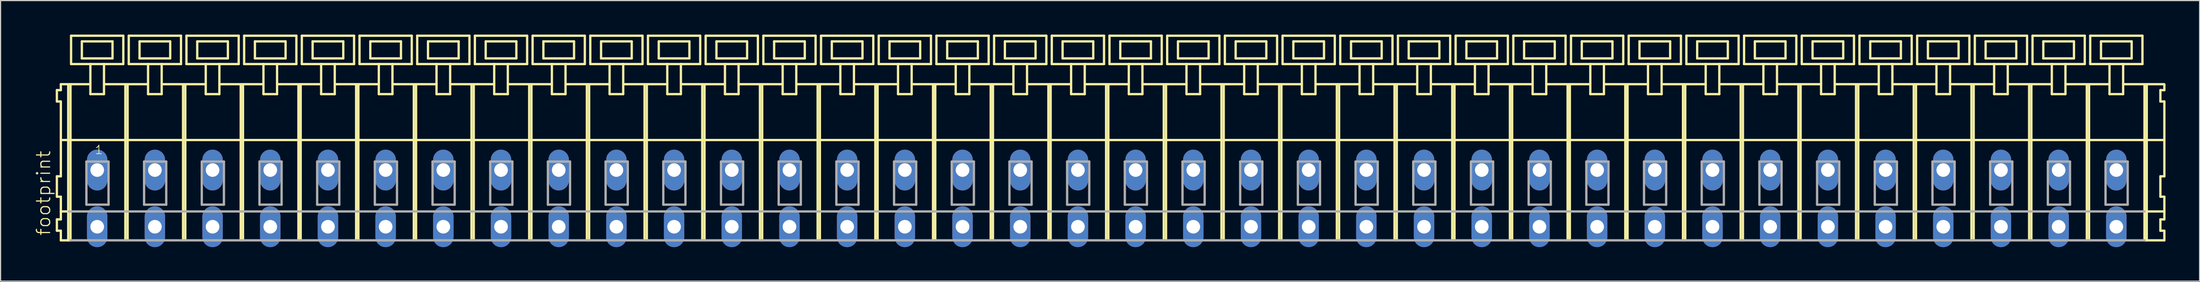
<source format=kicad_pcb>
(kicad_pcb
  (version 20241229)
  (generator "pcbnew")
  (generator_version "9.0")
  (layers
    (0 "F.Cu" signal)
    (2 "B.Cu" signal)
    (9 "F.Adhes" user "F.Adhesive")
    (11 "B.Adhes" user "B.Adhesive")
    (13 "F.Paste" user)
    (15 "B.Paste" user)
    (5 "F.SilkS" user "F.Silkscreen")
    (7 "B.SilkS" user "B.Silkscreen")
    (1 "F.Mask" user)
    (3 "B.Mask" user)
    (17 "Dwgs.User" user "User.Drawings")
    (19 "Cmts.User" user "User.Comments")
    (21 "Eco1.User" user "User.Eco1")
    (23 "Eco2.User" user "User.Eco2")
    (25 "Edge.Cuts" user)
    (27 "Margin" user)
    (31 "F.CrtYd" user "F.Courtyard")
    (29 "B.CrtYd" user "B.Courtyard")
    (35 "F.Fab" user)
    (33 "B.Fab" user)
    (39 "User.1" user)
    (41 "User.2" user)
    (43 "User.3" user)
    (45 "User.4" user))
  (footprint "footprint"
    (layer "F.Cu")
    (at 94.408 11.952)
    (property "Reference" "footprint" (at -92.935 5.855 90) (layer "F.SilkS") (effects (font (size 1.168 1.168) (thickness 0.102)) (justify left bottom)))
    (fp_line (start -92.45 -7.05) (end -92.45 -6.05) (stroke (width 0.203) (type solid)) (layer "F.SilkS"))
    (fp_line (start -92.45 -6.05) (end -92.1 -6.05) (stroke (width 0.203) (type solid)) (layer "F.SilkS"))
    (fp_line (start -92.45 0.55) (end -92.45 2.35) (stroke (width 0.203) (type solid)) (layer "F.SilkS"))
    (fp_line (start -92.45 2.35) (end -92.1 2.35) (stroke (width 0.203) (type solid)) (layer "F.SilkS"))
    (fp_line (start -92.45 4.35) (end -92.45 5.35) (stroke (width 0.203) (type solid)) (layer "F.SilkS"))
    (fp_line (start -92.45 5.35) (end -92.1 5.35) (stroke (width 0.203) (type solid)) (layer "F.SilkS"))
    (fp_line (start -92.1 -7.575) (end -92.1 -7.05) (stroke (width 0.203) (type solid)) (layer "F.SilkS"))
    (fp_line (start -92.1 -7.575) (end -89.525 -7.575) (stroke (width 0.203) (type solid)) (layer "F.SilkS"))
    (fp_line (start -92.1 -7.05) (end -92.45 -7.05) (stroke (width 0.203) (type solid)) (layer "F.SilkS"))
    (fp_line (start -92.1 -6.05) (end -92.1 0.55) (stroke (width 0.203) (type solid)) (layer "F.SilkS"))
    (fp_line (start -92.1 0.55) (end -92.45 0.55) (stroke (width 0.203) (type solid)) (layer "F.SilkS"))
    (fp_line (start -92.1 2.35) (end -92.1 4.35) (stroke (width 0.203) (type solid)) (layer "F.SilkS"))
    (fp_line (start -92.1 3.65) (end -91.4 3.65) (stroke (width 0.203) (type solid)) (layer "F.SilkS"))
    (fp_line (start -92.1 4.35) (end -92.45 4.35) (stroke (width 0.203) (type solid)) (layer "F.SilkS"))
    (fp_line (start -92.1 5.35) (end -92.1 6.2) (stroke (width 0.203) (type solid)) (layer "F.SilkS"))
    (fp_line (start -92.1 6.2) (end -91.45 6.2) (stroke (width 0.203) (type solid)) (layer "F.SilkS"))
    (fp_line (start -92.05 -2.65) (end 91.38 -2.65) (stroke (width 0.203) (type solid)) (layer "F.SilkS"))
    (fp_line (start -91.45 -7.55) (end -91.45 6.2) (stroke (width 0.203) (type solid)) (layer "F.SilkS"))
    (fp_line (start -91.45 6.2) (end -91.25 6.2) (stroke (width 0.203) (type solid)) (layer "F.SilkS"))
    (fp_line (start -91.25 -7.55) (end -91.25 6.2) (stroke (width 0.203) (type solid)) (layer "F.SilkS"))
    (fp_line (start -91.2 -11.85) (end -91.2 -9.35) (stroke (width 0.203) (type solid)) (layer "F.SilkS"))
    (fp_line (start -91.2 -9.35) (end -89.5 -9.35) (stroke (width 0.203) (type solid)) (layer "F.SilkS"))
    (fp_line (start -90.25 -11.35) (end -90.25 -9.85) (stroke (width 0.203) (type solid)) (layer "F.SilkS"))
    (fp_line (start -90.25 -9.85) (end -87.55 -9.85) (stroke (width 0.203) (type solid)) (layer "F.SilkS"))
    (fp_line (start -89.5 -9.35) (end -89.5 -6.7) (stroke (width 0.203) (type solid)) (layer "F.SilkS"))
    (fp_line (start -89.5 -9.35) (end -88.3 -9.35) (stroke (width 0.203) (type solid)) (layer "F.SilkS"))
    (fp_line (start -89.5 -6.7) (end -88.3 -6.7) (stroke (width 0.203) (type solid)) (layer "F.SilkS"))
    (fp_line (start -88.3 -9.35) (end -86.6 -9.35) (stroke (width 0.203) (type solid)) (layer "F.SilkS"))
    (fp_line (start -88.3 -6.7) (end -88.3 -9.35) (stroke (width 0.203) (type solid)) (layer "F.SilkS"))
    (fp_line (start -88.275 -7.575) (end -84.441 -7.575) (stroke (width 0.203) (type solid)) (layer "F.SilkS"))
    (fp_line (start -87.55 -11.35) (end -90.25 -11.35) (stroke (width 0.203) (type solid)) (layer "F.SilkS"))
    (fp_line (start -87.55 -9.85) (end -87.55 -11.35) (stroke (width 0.203) (type solid)) (layer "F.SilkS"))
    (fp_line (start -86.6 -11.85) (end -91.2 -11.85) (stroke (width 0.203) (type solid)) (layer "F.SilkS"))
    (fp_line (start -86.6 -9.35) (end -86.6 -11.85) (stroke (width 0.203) (type solid)) (layer "F.SilkS"))
    (fp_line (start -86.42 -7.55) (end -86.42 6.2) (stroke (width 0.203) (type solid)) (layer "F.SilkS"))
    (fp_line (start -86.22 -7.55) (end -86.22 6.2) (stroke (width 0.203) (type solid)) (layer "F.SilkS"))
    (fp_line (start -86.12 -11.85) (end -86.12 -9.35) (stroke (width 0.203) (type solid)) (layer "F.SilkS"))
    (fp_line (start -86.12 -9.35) (end -84.42 -9.35) (stroke (width 0.203) (type solid)) (layer "F.SilkS"))
    (fp_line (start -85.17 -11.35) (end -85.17 -9.85) (stroke (width 0.203) (type solid)) (layer "F.SilkS"))
    (fp_line (start -85.17 -9.85) (end -82.47 -9.85) (stroke (width 0.203) (type solid)) (layer "F.SilkS"))
    (fp_line (start -84.42 -9.35) (end -84.42 -6.7) (stroke (width 0.203) (type solid)) (layer "F.SilkS"))
    (fp_line (start -84.42 -9.35) (end -83.22 -9.35) (stroke (width 0.203) (type solid)) (layer "F.SilkS"))
    (fp_line (start -84.42 -6.7) (end -83.22 -6.7) (stroke (width 0.203) (type solid)) (layer "F.SilkS"))
    (fp_line (start -83.22 -9.35) (end -81.52 -9.35) (stroke (width 0.203) (type solid)) (layer "F.SilkS"))
    (fp_line (start -83.22 -6.7) (end -83.22 -9.35) (stroke (width 0.203) (type solid)) (layer "F.SilkS"))
    (fp_line (start -83.195 -7.575) (end -79.35 -7.575) (stroke (width 0.203) (type solid)) (layer "F.SilkS"))
    (fp_line (start -82.47 -11.35) (end -85.17 -11.35) (stroke (width 0.203) (type solid)) (layer "F.SilkS"))
    (fp_line (start -82.47 -9.85) (end -82.47 -11.35) (stroke (width 0.203) (type solid)) (layer "F.SilkS"))
    (fp_line (start -81.52 -11.85) (end -86.12 -11.85) (stroke (width 0.203) (type solid)) (layer "F.SilkS"))
    (fp_line (start -81.52 -9.35) (end -81.52 -11.85) (stroke (width 0.203) (type solid)) (layer "F.SilkS"))
    (fp_line (start -81.34 -7.55) (end -81.34 6.2) (stroke (width 0.203) (type solid)) (layer "F.SilkS"))
    (fp_line (start -81.14 -7.55) (end -81.14 6.2) (stroke (width 0.203) (type solid)) (layer "F.SilkS"))
    (fp_line (start -81.04 -11.85) (end -81.04 -9.35) (stroke (width 0.203) (type solid)) (layer "F.SilkS"))
    (fp_line (start -81.04 -9.35) (end -79.34 -9.35) (stroke (width 0.203) (type solid)) (layer "F.SilkS"))
    (fp_line (start -80.09 -11.35) (end -80.09 -9.85) (stroke (width 0.203) (type solid)) (layer "F.SilkS"))
    (fp_line (start -80.09 -9.85) (end -77.39 -9.85) (stroke (width 0.203) (type solid)) (layer "F.SilkS"))
    (fp_line (start -79.34 -9.35) (end -79.34 -6.7) (stroke (width 0.203) (type solid)) (layer "F.SilkS"))
    (fp_line (start -79.34 -9.35) (end -78.14 -9.35) (stroke (width 0.203) (type solid)) (layer "F.SilkS"))
    (fp_line (start -79.34 -6.7) (end -78.14 -6.7) (stroke (width 0.203) (type solid)) (layer "F.SilkS"))
    (fp_line (start -78.14 -9.35) (end -76.44 -9.35) (stroke (width 0.203) (type solid)) (layer "F.SilkS"))
    (fp_line (start -78.14 -6.7) (end -78.14 -9.35) (stroke (width 0.203) (type solid)) (layer "F.SilkS"))
    (fp_line (start -78.115 -7.575) (end -74.27 -7.575) (stroke (width 0.203) (type solid)) (layer "F.SilkS"))
    (fp_line (start -77.39 -11.35) (end -80.09 -11.35) (stroke (width 0.203) (type solid)) (layer "F.SilkS"))
    (fp_line (start -77.39 -9.85) (end -77.39 -11.35) (stroke (width 0.203) (type solid)) (layer "F.SilkS"))
    (fp_line (start -76.44 -11.85) (end -81.04 -11.85) (stroke (width 0.203) (type solid)) (layer "F.SilkS"))
    (fp_line (start -76.44 -9.35) (end -76.44 -11.85) (stroke (width 0.203) (type solid)) (layer "F.SilkS"))
    (fp_line (start -76.26 -7.55) (end -76.26 6.2) (stroke (width 0.203) (type solid)) (layer "F.SilkS"))
    (fp_line (start -76.06 -7.55) (end -76.06 6.2) (stroke (width 0.203) (type solid)) (layer "F.SilkS"))
    (fp_line (start -75.96 -11.85) (end -75.96 -9.35) (stroke (width 0.203) (type solid)) (layer "F.SilkS"))
    (fp_line (start -75.96 -9.35) (end -74.26 -9.35) (stroke (width 0.203) (type solid)) (layer "F.SilkS"))
    (fp_line (start -75.01 -11.35) (end -75.01 -9.85) (stroke (width 0.203) (type solid)) (layer "F.SilkS"))
    (fp_line (start -75.01 -9.85) (end -72.31 -9.85) (stroke (width 0.203) (type solid)) (layer "F.SilkS"))
    (fp_line (start -74.26 -9.35) (end -74.26 -6.7) (stroke (width 0.203) (type solid)) (layer "F.SilkS"))
    (fp_line (start -74.26 -9.35) (end -73.06 -9.35) (stroke (width 0.203) (type solid)) (layer "F.SilkS"))
    (fp_line (start -74.26 -6.7) (end -73.06 -6.7) (stroke (width 0.203) (type solid)) (layer "F.SilkS"))
    (fp_line (start -73.06 -9.35) (end -71.36 -9.35) (stroke (width 0.203) (type solid)) (layer "F.SilkS"))
    (fp_line (start -73.06 -6.7) (end -73.06 -9.35) (stroke (width 0.203) (type solid)) (layer "F.SilkS"))
    (fp_line (start -73.035 -7.575) (end -69.19 -7.575) (stroke (width 0.203) (type solid)) (layer "F.SilkS"))
    (fp_line (start -72.31 -11.35) (end -75.01 -11.35) (stroke (width 0.203) (type solid)) (layer "F.SilkS"))
    (fp_line (start -72.31 -9.85) (end -72.31 -11.35) (stroke (width 0.203) (type solid)) (layer "F.SilkS"))
    (fp_line (start -71.36 -11.85) (end -75.96 -11.85) (stroke (width 0.203) (type solid)) (layer "F.SilkS"))
    (fp_line (start -71.36 -9.35) (end -71.36 -11.85) (stroke (width 0.203) (type solid)) (layer "F.SilkS"))
    (fp_line (start -71.18 -7.55) (end -71.18 6.2) (stroke (width 0.203) (type solid)) (layer "F.SilkS"))
    (fp_line (start -70.98 -7.55) (end -70.98 6.2) (stroke (width 0.203) (type solid)) (layer "F.SilkS"))
    (fp_line (start -70.88 -11.85) (end -70.88 -9.35) (stroke (width 0.203) (type solid)) (layer "F.SilkS"))
    (fp_line (start -70.88 -9.35) (end -69.18 -9.35) (stroke (width 0.203) (type solid)) (layer "F.SilkS"))
    (fp_line (start -69.93 -11.35) (end -69.93 -9.85) (stroke (width 0.203) (type solid)) (layer "F.SilkS"))
    (fp_line (start -69.93 -9.85) (end -67.23 -9.85) (stroke (width 0.203) (type solid)) (layer "F.SilkS"))
    (fp_line (start -69.18 -9.35) (end -69.18 -6.7) (stroke (width 0.203) (type solid)) (layer "F.SilkS"))
    (fp_line (start -69.18 -9.35) (end -67.98 -9.35) (stroke (width 0.203) (type solid)) (layer "F.SilkS"))
    (fp_line (start -69.18 -6.7) (end -67.98 -6.7) (stroke (width 0.203) (type solid)) (layer "F.SilkS"))
    (fp_line (start -67.98 -9.35) (end -66.28 -9.35) (stroke (width 0.203) (type solid)) (layer "F.SilkS"))
    (fp_line (start -67.98 -6.7) (end -67.98 -9.35) (stroke (width 0.203) (type solid)) (layer "F.SilkS"))
    (fp_line (start -67.955 -7.575) (end -64.11 -7.575) (stroke (width 0.203) (type solid)) (layer "F.SilkS"))
    (fp_line (start -67.23 -11.35) (end -69.93 -11.35) (stroke (width 0.203) (type solid)) (layer "F.SilkS"))
    (fp_line (start -67.23 -9.85) (end -67.23 -11.35) (stroke (width 0.203) (type solid)) (layer "F.SilkS"))
    (fp_line (start -66.28 -11.85) (end -70.88 -11.85) (stroke (width 0.203) (type solid)) (layer "F.SilkS"))
    (fp_line (start -66.28 -9.35) (end -66.28 -11.85) (stroke (width 0.203) (type solid)) (layer "F.SilkS"))
    (fp_line (start -66.1 -7.55) (end -66.1 6.2) (stroke (width 0.203) (type solid)) (layer "F.SilkS"))
    (fp_line (start -65.9 -7.55) (end -65.9 6.2) (stroke (width 0.203) (type solid)) (layer "F.SilkS"))
    (fp_line (start -65.8 -11.85) (end -65.8 -9.35) (stroke (width 0.203) (type solid)) (layer "F.SilkS"))
    (fp_line (start -65.8 -9.35) (end -64.1 -9.35) (stroke (width 0.203) (type solid)) (layer "F.SilkS"))
    (fp_line (start -64.85 -11.35) (end -64.85 -9.85) (stroke (width 0.203) (type solid)) (layer "F.SilkS"))
    (fp_line (start -64.85 -9.85) (end -62.15 -9.85) (stroke (width 0.203) (type solid)) (layer "F.SilkS"))
    (fp_line (start -64.1 -9.35) (end -64.1 -6.7) (stroke (width 0.203) (type solid)) (layer "F.SilkS"))
    (fp_line (start -64.1 -9.35) (end -62.9 -9.35) (stroke (width 0.203) (type solid)) (layer "F.SilkS"))
    (fp_line (start -64.1 -6.7) (end -62.9 -6.7) (stroke (width 0.203) (type solid)) (layer "F.SilkS"))
    (fp_line (start -62.9 -9.35) (end -61.2 -9.35) (stroke (width 0.203) (type solid)) (layer "F.SilkS"))
    (fp_line (start -62.9 -6.7) (end -62.9 -9.35) (stroke (width 0.203) (type solid)) (layer "F.SilkS"))
    (fp_line (start -62.875 -7.575) (end -59.03 -7.575) (stroke (width 0.203) (type solid)) (layer "F.SilkS"))
    (fp_line (start -62.15 -11.35) (end -64.85 -11.35) (stroke (width 0.203) (type solid)) (layer "F.SilkS"))
    (fp_line (start -62.15 -9.85) (end -62.15 -11.35) (stroke (width 0.203) (type solid)) (layer "F.SilkS"))
    (fp_line (start -61.2 -11.85) (end -65.8 -11.85) (stroke (width 0.203) (type solid)) (layer "F.SilkS"))
    (fp_line (start -61.2 -9.35) (end -61.2 -11.85) (stroke (width 0.203) (type solid)) (layer "F.SilkS"))
    (fp_line (start -61.02 -7.55) (end -61.02 6.2) (stroke (width 0.203) (type solid)) (layer "F.SilkS"))
    (fp_line (start -60.82 -7.55) (end -60.82 6.2) (stroke (width 0.203) (type solid)) (layer "F.SilkS"))
    (fp_line (start -60.72 -11.85) (end -60.72 -9.35) (stroke (width 0.203) (type solid)) (layer "F.SilkS"))
    (fp_line (start -60.72 -9.35) (end -59.02 -9.35) (stroke (width 0.203) (type solid)) (layer "F.SilkS"))
    (fp_line (start -59.77 -11.35) (end -59.77 -9.85) (stroke (width 0.203) (type solid)) (layer "F.SilkS"))
    (fp_line (start -59.77 -9.85) (end -57.07 -9.85) (stroke (width 0.203) (type solid)) (layer "F.SilkS"))
    (fp_line (start -59.02 -9.35) (end -59.02 -6.7) (stroke (width 0.203) (type solid)) (layer "F.SilkS"))
    (fp_line (start -59.02 -9.35) (end -57.82 -9.35) (stroke (width 0.203) (type solid)) (layer "F.SilkS"))
    (fp_line (start -59.02 -6.7) (end -57.82 -6.7) (stroke (width 0.203) (type solid)) (layer "F.SilkS"))
    (fp_line (start -57.82 -9.35) (end -56.12 -9.35) (stroke (width 0.203) (type solid)) (layer "F.SilkS"))
    (fp_line (start -57.82 -6.7) (end -57.82 -9.35) (stroke (width 0.203) (type solid)) (layer "F.SilkS"))
    (fp_line (start -57.795 -7.575) (end -53.95 -7.575) (stroke (width 0.203) (type solid)) (layer "F.SilkS"))
    (fp_line (start -57.07 -11.35) (end -59.77 -11.35) (stroke (width 0.203) (type solid)) (layer "F.SilkS"))
    (fp_line (start -57.07 -9.85) (end -57.07 -11.35) (stroke (width 0.203) (type solid)) (layer "F.SilkS"))
    (fp_line (start -56.12 -11.85) (end -60.72 -11.85) (stroke (width 0.203) (type solid)) (layer "F.SilkS"))
    (fp_line (start -56.12 -9.35) (end -56.12 -11.85) (stroke (width 0.203) (type solid)) (layer "F.SilkS"))
    (fp_line (start -55.94 -7.55) (end -55.94 6.2) (stroke (width 0.203) (type solid)) (layer "F.SilkS"))
    (fp_line (start -55.74 -7.55) (end -55.74 6.2) (stroke (width 0.203) (type solid)) (layer "F.SilkS"))
    (fp_line (start -55.64 -11.85) (end -55.64 -9.35) (stroke (width 0.203) (type solid)) (layer "F.SilkS"))
    (fp_line (start -55.64 -9.35) (end -53.94 -9.35) (stroke (width 0.203) (type solid)) (layer "F.SilkS"))
    (fp_line (start -54.69 -11.35) (end -54.69 -9.85) (stroke (width 0.203) (type solid)) (layer "F.SilkS"))
    (fp_line (start -54.69 -9.85) (end -51.99 -9.85) (stroke (width 0.203) (type solid)) (layer "F.SilkS"))
    (fp_line (start -53.94 -9.35) (end -53.94 -6.7) (stroke (width 0.203) (type solid)) (layer "F.SilkS"))
    (fp_line (start -53.94 -9.35) (end -52.74 -9.35) (stroke (width 0.203) (type solid)) (layer "F.SilkS"))
    (fp_line (start -53.94 -6.7) (end -52.74 -6.7) (stroke (width 0.203) (type solid)) (layer "F.SilkS"))
    (fp_line (start -52.74 -9.35) (end -51.04 -9.35) (stroke (width 0.203) (type solid)) (layer "F.SilkS"))
    (fp_line (start -52.74 -6.7) (end -52.74 -9.35) (stroke (width 0.203) (type solid)) (layer "F.SilkS"))
    (fp_line (start -52.715 -7.575) (end -48.87 -7.575) (stroke (width 0.203) (type solid)) (layer "F.SilkS"))
    (fp_line (start -51.99 -11.35) (end -54.69 -11.35) (stroke (width 0.203) (type solid)) (layer "F.SilkS"))
    (fp_line (start -51.99 -9.85) (end -51.99 -11.35) (stroke (width 0.203) (type solid)) (layer "F.SilkS"))
    (fp_line (start -51.04 -11.85) (end -55.64 -11.85) (stroke (width 0.203) (type solid)) (layer "F.SilkS"))
    (fp_line (start -51.04 -9.35) (end -51.04 -11.85) (stroke (width 0.203) (type solid)) (layer "F.SilkS"))
    (fp_line (start -50.86 -7.55) (end -50.86 6.2) (stroke (width 0.203) (type solid)) (layer "F.SilkS"))
    (fp_line (start -50.66 -7.55) (end -50.66 6.2) (stroke (width 0.203) (type solid)) (layer "F.SilkS"))
    (fp_line (start -50.56 -11.85) (end -50.56 -9.35) (stroke (width 0.203) (type solid)) (layer "F.SilkS"))
    (fp_line (start -50.56 -9.35) (end -48.86 -9.35) (stroke (width 0.203) (type solid)) (layer "F.SilkS"))
    (fp_line (start -49.61 -11.35) (end -49.61 -9.85) (stroke (width 0.203) (type solid)) (layer "F.SilkS"))
    (fp_line (start -49.61 -9.85) (end -46.91 -9.85) (stroke (width 0.203) (type solid)) (layer "F.SilkS"))
    (fp_line (start -48.86 -9.35) (end -48.86 -6.7) (stroke (width 0.203) (type solid)) (layer "F.SilkS"))
    (fp_line (start -48.86 -9.35) (end -47.66 -9.35) (stroke (width 0.203) (type solid)) (layer "F.SilkS"))
    (fp_line (start -48.86 -6.7) (end -47.66 -6.7) (stroke (width 0.203) (type solid)) (layer "F.SilkS"))
    (fp_line (start -47.66 -9.35) (end -45.96 -9.35) (stroke (width 0.203) (type solid)) (layer "F.SilkS"))
    (fp_line (start -47.66 -6.7) (end -47.66 -9.35) (stroke (width 0.203) (type solid)) (layer "F.SilkS"))
    (fp_line (start -47.635 -7.575) (end -43.79 -7.575) (stroke (width 0.203) (type solid)) (layer "F.SilkS"))
    (fp_line (start -46.91 -11.35) (end -49.61 -11.35) (stroke (width 0.203) (type solid)) (layer "F.SilkS"))
    (fp_line (start -46.91 -9.85) (end -46.91 -11.35) (stroke (width 0.203) (type solid)) (layer "F.SilkS"))
    (fp_line (start -45.96 -11.85) (end -50.56 -11.85) (stroke (width 0.203) (type solid)) (layer "F.SilkS"))
    (fp_line (start -45.96 -9.35) (end -45.96 -11.85) (stroke (width 0.203) (type solid)) (layer "F.SilkS"))
    (fp_line (start -45.78 -7.55) (end -45.78 6.2) (stroke (width 0.203) (type solid)) (layer "F.SilkS"))
    (fp_line (start -45.58 -7.55) (end -45.58 6.2) (stroke (width 0.203) (type solid)) (layer "F.SilkS"))
    (fp_line (start -45.48 -11.85) (end -45.48 -9.35) (stroke (width 0.203) (type solid)) (layer "F.SilkS"))
    (fp_line (start -45.48 -9.35) (end -43.78 -9.35) (stroke (width 0.203) (type solid)) (layer "F.SilkS"))
    (fp_line (start -44.53 -11.35) (end -44.53 -9.85) (stroke (width 0.203) (type solid)) (layer "F.SilkS"))
    (fp_line (start -44.53 -9.85) (end -41.83 -9.85) (stroke (width 0.203) (type solid)) (layer "F.SilkS"))
    (fp_line (start -43.78 -9.35) (end -43.78 -6.7) (stroke (width 0.203) (type solid)) (layer "F.SilkS"))
    (fp_line (start -43.78 -9.35) (end -42.58 -9.35) (stroke (width 0.203) (type solid)) (layer "F.SilkS"))
    (fp_line (start -43.78 -6.7) (end -42.58 -6.7) (stroke (width 0.203) (type solid)) (layer "F.SilkS"))
    (fp_line (start -42.58 -9.35) (end -40.88 -9.35) (stroke (width 0.203) (type solid)) (layer "F.SilkS"))
    (fp_line (start -42.58 -6.7) (end -42.58 -9.35) (stroke (width 0.203) (type solid)) (layer "F.SilkS"))
    (fp_line (start -42.555 -7.575) (end -38.71 -7.575) (stroke (width 0.203) (type solid)) (layer "F.SilkS"))
    (fp_line (start -41.83 -11.35) (end -44.53 -11.35) (stroke (width 0.203) (type solid)) (layer "F.SilkS"))
    (fp_line (start -41.83 -9.85) (end -41.83 -11.35) (stroke (width 0.203) (type solid)) (layer "F.SilkS"))
    (fp_line (start -40.88 -11.85) (end -45.48 -11.85) (stroke (width 0.203) (type solid)) (layer "F.SilkS"))
    (fp_line (start -40.88 -9.35) (end -40.88 -11.85) (stroke (width 0.203) (type solid)) (layer "F.SilkS"))
    (fp_line (start -40.7 -7.55) (end -40.7 6.2) (stroke (width 0.203) (type solid)) (layer "F.SilkS"))
    (fp_line (start -40.5 -7.55) (end -40.5 6.2) (stroke (width 0.203) (type solid)) (layer "F.SilkS"))
    (fp_line (start -40.4 -11.85) (end -40.4 -9.35) (stroke (width 0.203) (type solid)) (layer "F.SilkS"))
    (fp_line (start -40.4 -9.35) (end -38.7 -9.35) (stroke (width 0.203) (type solid)) (layer "F.SilkS"))
    (fp_line (start -39.45 -11.35) (end -39.45 -9.85) (stroke (width 0.203) (type solid)) (layer "F.SilkS"))
    (fp_line (start -39.45 -9.85) (end -36.75 -9.85) (stroke (width 0.203) (type solid)) (layer "F.SilkS"))
    (fp_line (start -38.7 -9.35) (end -38.7 -6.7) (stroke (width 0.203) (type solid)) (layer "F.SilkS"))
    (fp_line (start -38.7 -9.35) (end -37.5 -9.35) (stroke (width 0.203) (type solid)) (layer "F.SilkS"))
    (fp_line (start -38.7 -6.7) (end -37.5 -6.7) (stroke (width 0.203) (type solid)) (layer "F.SilkS"))
    (fp_line (start -37.5 -9.35) (end -35.8 -9.35) (stroke (width 0.203) (type solid)) (layer "F.SilkS"))
    (fp_line (start -37.5 -6.7) (end -37.5 -9.35) (stroke (width 0.203) (type solid)) (layer "F.SilkS"))
    (fp_line (start -37.475 -7.575) (end -33.63 -7.575) (stroke (width 0.203) (type solid)) (layer "F.SilkS"))
    (fp_line (start -36.75 -11.35) (end -39.45 -11.35) (stroke (width 0.203) (type solid)) (layer "F.SilkS"))
    (fp_line (start -36.75 -9.85) (end -36.75 -11.35) (stroke (width 0.203) (type solid)) (layer "F.SilkS"))
    (fp_line (start -35.8 -11.85) (end -40.4 -11.85) (stroke (width 0.203) (type solid)) (layer "F.SilkS"))
    (fp_line (start -35.8 -9.35) (end -35.8 -11.85) (stroke (width 0.203) (type solid)) (layer "F.SilkS"))
    (fp_line (start -35.62 -7.55) (end -35.62 6.2) (stroke (width 0.203) (type solid)) (layer "F.SilkS"))
    (fp_line (start -35.42 -7.55) (end -35.42 6.2) (stroke (width 0.203) (type solid)) (layer "F.SilkS"))
    (fp_line (start -35.32 -11.85) (end -35.32 -9.35) (stroke (width 0.203) (type solid)) (layer "F.SilkS"))
    (fp_line (start -35.32 -9.35) (end -33.62 -9.35) (stroke (width 0.203) (type solid)) (layer "F.SilkS"))
    (fp_line (start -34.37 -11.35) (end -34.37 -9.85) (stroke (width 0.203) (type solid)) (layer "F.SilkS"))
    (fp_line (start -34.37 -9.85) (end -31.67 -9.85) (stroke (width 0.203) (type solid)) (layer "F.SilkS"))
    (fp_line (start -33.62 -9.35) (end -33.62 -6.7) (stroke (width 0.203) (type solid)) (layer "F.SilkS"))
    (fp_line (start -33.62 -9.35) (end -32.42 -9.35) (stroke (width 0.203) (type solid)) (layer "F.SilkS"))
    (fp_line (start -33.62 -6.7) (end -32.42 -6.7) (stroke (width 0.203) (type solid)) (layer "F.SilkS"))
    (fp_line (start -32.42 -9.35) (end -30.72 -9.35) (stroke (width 0.203) (type solid)) (layer "F.SilkS"))
    (fp_line (start -32.42 -6.7) (end -32.42 -9.35) (stroke (width 0.203) (type solid)) (layer "F.SilkS"))
    (fp_line (start -32.395 -7.575) (end -28.55 -7.575) (stroke (width 0.203) (type solid)) (layer "F.SilkS"))
    (fp_line (start -31.67 -11.35) (end -34.37 -11.35) (stroke (width 0.203) (type solid)) (layer "F.SilkS"))
    (fp_line (start -31.67 -9.85) (end -31.67 -11.35) (stroke (width 0.203) (type solid)) (layer "F.SilkS"))
    (fp_line (start -30.72 -11.85) (end -35.32 -11.85) (stroke (width 0.203) (type solid)) (layer "F.SilkS"))
    (fp_line (start -30.72 -9.35) (end -30.72 -11.85) (stroke (width 0.203) (type solid)) (layer "F.SilkS"))
    (fp_line (start -30.54 -7.55) (end -30.54 6.2) (stroke (width 0.203) (type solid)) (layer "F.SilkS"))
    (fp_line (start -30.34 -7.55) (end -30.34 6.2) (stroke (width 0.203) (type solid)) (layer "F.SilkS"))
    (fp_line (start -30.24 -11.85) (end -30.24 -9.35) (stroke (width 0.203) (type solid)) (layer "F.SilkS"))
    (fp_line (start -30.24 -9.35) (end -28.54 -9.35) (stroke (width 0.203) (type solid)) (layer "F.SilkS"))
    (fp_line (start -29.29 -11.35) (end -29.29 -9.85) (stroke (width 0.203) (type solid)) (layer "F.SilkS"))
    (fp_line (start -29.29 -9.85) (end -26.59 -9.85) (stroke (width 0.203) (type solid)) (layer "F.SilkS"))
    (fp_line (start -28.54 -9.35) (end -28.54 -6.7) (stroke (width 0.203) (type solid)) (layer "F.SilkS"))
    (fp_line (start -28.54 -9.35) (end -27.34 -9.35) (stroke (width 0.203) (type solid)) (layer "F.SilkS"))
    (fp_line (start -28.54 -6.7) (end -27.34 -6.7) (stroke (width 0.203) (type solid)) (layer "F.SilkS"))
    (fp_line (start -27.34 -9.35) (end -25.64 -9.35) (stroke (width 0.203) (type solid)) (layer "F.SilkS"))
    (fp_line (start -27.34 -6.7) (end -27.34 -9.35) (stroke (width 0.203) (type solid)) (layer "F.SilkS"))
    (fp_line (start -27.315 -7.575) (end -23.47 -7.575) (stroke (width 0.203) (type solid)) (layer "F.SilkS"))
    (fp_line (start -26.59 -11.35) (end -29.29 -11.35) (stroke (width 0.203) (type solid)) (layer "F.SilkS"))
    (fp_line (start -26.59 -9.85) (end -26.59 -11.35) (stroke (width 0.203) (type solid)) (layer "F.SilkS"))
    (fp_line (start -25.64 -11.85) (end -30.24 -11.85) (stroke (width 0.203) (type solid)) (layer "F.SilkS"))
    (fp_line (start -25.64 -9.35) (end -25.64 -11.85) (stroke (width 0.203) (type solid)) (layer "F.SilkS"))
    (fp_line (start -25.46 -7.55) (end -25.46 6.2) (stroke (width 0.203) (type solid)) (layer "F.SilkS"))
    (fp_line (start -25.26 -7.55) (end -25.26 6.2) (stroke (width 0.203) (type solid)) (layer "F.SilkS"))
    (fp_line (start -25.16 -11.85) (end -25.16 -9.35) (stroke (width 0.203) (type solid)) (layer "F.SilkS"))
    (fp_line (start -25.16 -9.35) (end -23.46 -9.35) (stroke (width 0.203) (type solid)) (layer "F.SilkS"))
    (fp_line (start -24.21 -11.35) (end -24.21 -9.85) (stroke (width 0.203) (type solid)) (layer "F.SilkS"))
    (fp_line (start -24.21 -9.85) (end -21.51 -9.85) (stroke (width 0.203) (type solid)) (layer "F.SilkS"))
    (fp_line (start -23.46 -9.35) (end -23.46 -6.7) (stroke (width 0.203) (type solid)) (layer "F.SilkS"))
    (fp_line (start -23.46 -9.35) (end -22.26 -9.35) (stroke (width 0.203) (type solid)) (layer "F.SilkS"))
    (fp_line (start -23.46 -6.7) (end -22.26 -6.7) (stroke (width 0.203) (type solid)) (layer "F.SilkS"))
    (fp_line (start -22.26 -9.35) (end -20.56 -9.35) (stroke (width 0.203) (type solid)) (layer "F.SilkS"))
    (fp_line (start -22.26 -6.7) (end -22.26 -9.35) (stroke (width 0.203) (type solid)) (layer "F.SilkS"))
    (fp_line (start -22.235 -7.575) (end -18.39 -7.575) (stroke (width 0.203) (type solid)) (layer "F.SilkS"))
    (fp_line (start -21.51 -11.35) (end -24.21 -11.35) (stroke (width 0.203) (type solid)) (layer "F.SilkS"))
    (fp_line (start -21.51 -9.85) (end -21.51 -11.35) (stroke (width 0.203) (type solid)) (layer "F.SilkS"))
    (fp_line (start -20.56 -11.85) (end -25.16 -11.85) (stroke (width 0.203) (type solid)) (layer "F.SilkS"))
    (fp_line (start -20.56 -9.35) (end -20.56 -11.85) (stroke (width 0.203) (type solid)) (layer "F.SilkS"))
    (fp_line (start -20.38 -7.55) (end -20.38 6.2) (stroke (width 0.203) (type solid)) (layer "F.SilkS"))
    (fp_line (start -20.18 -7.55) (end -20.18 6.2) (stroke (width 0.203) (type solid)) (layer "F.SilkS"))
    (fp_line (start -20.08 -11.85) (end -20.08 -9.35) (stroke (width 0.203) (type solid)) (layer "F.SilkS"))
    (fp_line (start -20.08 -9.35) (end -18.38 -9.35) (stroke (width 0.203) (type solid)) (layer "F.SilkS"))
    (fp_line (start -19.13 -11.35) (end -19.13 -9.85) (stroke (width 0.203) (type solid)) (layer "F.SilkS"))
    (fp_line (start -19.13 -9.85) (end -16.43 -9.85) (stroke (width 0.203) (type solid)) (layer "F.SilkS"))
    (fp_line (start -18.38 -9.35) (end -18.38 -6.7) (stroke (width 0.203) (type solid)) (layer "F.SilkS"))
    (fp_line (start -18.38 -9.35) (end -17.18 -9.35) (stroke (width 0.203) (type solid)) (layer "F.SilkS"))
    (fp_line (start -18.38 -6.7) (end -17.18 -6.7) (stroke (width 0.203) (type solid)) (layer "F.SilkS"))
    (fp_line (start -17.18 -9.35) (end -15.48 -9.35) (stroke (width 0.203) (type solid)) (layer "F.SilkS"))
    (fp_line (start -17.18 -6.7) (end -17.18 -9.35) (stroke (width 0.203) (type solid)) (layer "F.SilkS"))
    (fp_line (start -17.155 -7.575) (end -13.31 -7.575) (stroke (width 0.203) (type solid)) (layer "F.SilkS"))
    (fp_line (start -16.43 -11.35) (end -19.13 -11.35) (stroke (width 0.203) (type solid)) (layer "F.SilkS"))
    (fp_line (start -16.43 -9.85) (end -16.43 -11.35) (stroke (width 0.203) (type solid)) (layer "F.SilkS"))
    (fp_line (start -15.48 -11.85) (end -20.08 -11.85) (stroke (width 0.203) (type solid)) (layer "F.SilkS"))
    (fp_line (start -15.48 -9.35) (end -15.48 -11.85) (stroke (width 0.203) (type solid)) (layer "F.SilkS"))
    (fp_line (start -15.3 -7.55) (end -15.3 6.2) (stroke (width 0.203) (type solid)) (layer "F.SilkS"))
    (fp_line (start -15.1 -7.55) (end -15.1 6.2) (stroke (width 0.203) (type solid)) (layer "F.SilkS"))
    (fp_line (start -15 -11.85) (end -15 -9.35) (stroke (width 0.203) (type solid)) (layer "F.SilkS"))
    (fp_line (start -15 -9.35) (end -13.3 -9.35) (stroke (width 0.203) (type solid)) (layer "F.SilkS"))
    (fp_line (start -14.05 -11.35) (end -14.05 -9.85) (stroke (width 0.203) (type solid)) (layer "F.SilkS"))
    (fp_line (start -14.05 -9.85) (end -11.35 -9.85) (stroke (width 0.203) (type solid)) (layer "F.SilkS"))
    (fp_line (start -13.3 -9.35) (end -13.3 -6.7) (stroke (width 0.203) (type solid)) (layer "F.SilkS"))
    (fp_line (start -13.3 -9.35) (end -12.1 -9.35) (stroke (width 0.203) (type solid)) (layer "F.SilkS"))
    (fp_line (start -13.3 -6.7) (end -12.1 -6.7) (stroke (width 0.203) (type solid)) (layer "F.SilkS"))
    (fp_line (start -12.1 -9.35) (end -10.4 -9.35) (stroke (width 0.203) (type solid)) (layer "F.SilkS"))
    (fp_line (start -12.1 -6.7) (end -12.1 -9.35) (stroke (width 0.203) (type solid)) (layer "F.SilkS"))
    (fp_line (start -12.075 -7.575) (end -8.241 -7.575) (stroke (width 0.203) (type solid)) (layer "F.SilkS"))
    (fp_line (start -11.35 -11.35) (end -14.05 -11.35) (stroke (width 0.203) (type solid)) (layer "F.SilkS"))
    (fp_line (start -11.35 -9.85) (end -11.35 -11.35) (stroke (width 0.203) (type solid)) (layer "F.SilkS"))
    (fp_line (start -10.4 -11.85) (end -15 -11.85) (stroke (width 0.203) (type solid)) (layer "F.SilkS"))
    (fp_line (start -10.4 -9.35) (end -10.4 -11.85) (stroke (width 0.203) (type solid)) (layer "F.SilkS"))
    (fp_line (start -10.22 -7.55) (end -10.22 6.2) (stroke (width 0.203) (type solid)) (layer "F.SilkS"))
    (fp_line (start -10.02 -7.55) (end -10.02 6.2) (stroke (width 0.203) (type solid)) (layer "F.SilkS"))
    (fp_line (start -9.92 -11.85) (end -9.92 -9.35) (stroke (width 0.203) (type solid)) (layer "F.SilkS"))
    (fp_line (start -9.92 -9.35) (end -8.22 -9.35) (stroke (width 0.203) (type solid)) (layer "F.SilkS"))
    (fp_line (start -8.97 -11.35) (end -8.97 -9.85) (stroke (width 0.203) (type solid)) (layer "F.SilkS"))
    (fp_line (start -8.97 -9.85) (end -6.27 -9.85) (stroke (width 0.203) (type solid)) (layer "F.SilkS"))
    (fp_line (start -8.22 -9.35) (end -8.22 -6.7) (stroke (width 0.203) (type solid)) (layer "F.SilkS"))
    (fp_line (start -8.22 -9.35) (end -7.02 -9.35) (stroke (width 0.203) (type solid)) (layer "F.SilkS"))
    (fp_line (start -8.22 -6.7) (end -7.02 -6.7) (stroke (width 0.203) (type solid)) (layer "F.SilkS"))
    (fp_line (start -7.02 -9.35) (end -5.32 -9.35) (stroke (width 0.203) (type solid)) (layer "F.SilkS"))
    (fp_line (start -7.02 -6.7) (end -7.02 -9.35) (stroke (width 0.203) (type solid)) (layer "F.SilkS"))
    (fp_line (start -6.995 -7.575) (end -3.15 -7.575) (stroke (width 0.203) (type solid)) (layer "F.SilkS"))
    (fp_line (start -6.27 -11.35) (end -8.97 -11.35) (stroke (width 0.203) (type solid)) (layer "F.SilkS"))
    (fp_line (start -6.27 -9.85) (end -6.27 -11.35) (stroke (width 0.203) (type solid)) (layer "F.SilkS"))
    (fp_line (start -5.32 -11.85) (end -9.92 -11.85) (stroke (width 0.203) (type solid)) (layer "F.SilkS"))
    (fp_line (start -5.32 -9.35) (end -5.32 -11.85) (stroke (width 0.203) (type solid)) (layer "F.SilkS"))
    (fp_line (start -5.14 -7.55) (end -5.14 6.2) (stroke (width 0.203) (type solid)) (layer "F.SilkS"))
    (fp_line (start -4.94 -7.55) (end -4.94 6.2) (stroke (width 0.203) (type solid)) (layer "F.SilkS"))
    (fp_line (start -4.84 -11.85) (end -4.84 -9.35) (stroke (width 0.203) (type solid)) (layer "F.SilkS"))
    (fp_line (start -4.84 -9.35) (end -3.14 -9.35) (stroke (width 0.203) (type solid)) (layer "F.SilkS"))
    (fp_line (start -3.89 -11.35) (end -3.89 -9.85) (stroke (width 0.203) (type solid)) (layer "F.SilkS"))
    (fp_line (start -3.89 -9.85) (end -1.19 -9.85) (stroke (width 0.203) (type solid)) (layer "F.SilkS"))
    (fp_line (start -3.14 -9.35) (end -3.14 -6.7) (stroke (width 0.203) (type solid)) (layer "F.SilkS"))
    (fp_line (start -3.14 -9.35) (end -1.94 -9.35) (stroke (width 0.203) (type solid)) (layer "F.SilkS"))
    (fp_line (start -3.14 -6.7) (end -1.94 -6.7) (stroke (width 0.203) (type solid)) (layer "F.SilkS"))
    (fp_line (start -1.94 -9.35) (end -0.24 -9.35) (stroke (width 0.203) (type solid)) (layer "F.SilkS"))
    (fp_line (start -1.94 -6.7) (end -1.94 -9.35) (stroke (width 0.203) (type solid)) (layer "F.SilkS"))
    (fp_line (start -1.915 -7.575) (end 1.93 -7.575) (stroke (width 0.203) (type solid)) (layer "F.SilkS"))
    (fp_line (start -1.19 -11.35) (end -3.89 -11.35) (stroke (width 0.203) (type solid)) (layer "F.SilkS"))
    (fp_line (start -1.19 -9.85) (end -1.19 -11.35) (stroke (width 0.203) (type solid)) (layer "F.SilkS"))
    (fp_line (start -0.24 -11.85) (end -4.84 -11.85) (stroke (width 0.203) (type solid)) (layer "F.SilkS"))
    (fp_line (start -0.24 -9.35) (end -0.24 -11.85) (stroke (width 0.203) (type solid)) (layer "F.SilkS"))
    (fp_line (start -0.06 -7.55) (end -0.06 6.2) (stroke (width 0.203) (type solid)) (layer "F.SilkS"))
    (fp_line (start 0.14 -7.55) (end 0.14 6.2) (stroke (width 0.203) (type solid)) (layer "F.SilkS"))
    (fp_line (start 0.24 -11.85) (end 0.24 -9.35) (stroke (width 0.203) (type solid)) (layer "F.SilkS"))
    (fp_line (start 0.24 -9.35) (end 1.94 -9.35) (stroke (width 0.203) (type solid)) (layer "F.SilkS"))
    (fp_line (start 1.19 -11.35) (end 1.19 -9.85) (stroke (width 0.203) (type solid)) (layer "F.SilkS"))
    (fp_line (start 1.19 -9.85) (end 3.89 -9.85) (stroke (width 0.203) (type solid)) (layer "F.SilkS"))
    (fp_line (start 1.94 -9.35) (end 1.94 -6.7) (stroke (width 0.203) (type solid)) (layer "F.SilkS"))
    (fp_line (start 1.94 -9.35) (end 3.14 -9.35) (stroke (width 0.203) (type solid)) (layer "F.SilkS"))
    (fp_line (start 1.94 -6.7) (end 3.14 -6.7) (stroke (width 0.203) (type solid)) (layer "F.SilkS"))
    (fp_line (start 3.14 -9.35) (end 4.84 -9.35) (stroke (width 0.203) (type solid)) (layer "F.SilkS"))
    (fp_line (start 3.14 -6.7) (end 3.14 -9.35) (stroke (width 0.203) (type solid)) (layer "F.SilkS"))
    (fp_line (start 3.165 -7.575) (end 7.01 -7.575) (stroke (width 0.203) (type solid)) (layer "F.SilkS"))
    (fp_line (start 3.89 -11.35) (end 1.19 -11.35) (stroke (width 0.203) (type solid)) (layer "F.SilkS"))
    (fp_line (start 3.89 -9.85) (end 3.89 -11.35) (stroke (width 0.203) (type solid)) (layer "F.SilkS"))
    (fp_line (start 4.84 -11.85) (end 0.24 -11.85) (stroke (width 0.203) (type solid)) (layer "F.SilkS"))
    (fp_line (start 4.84 -9.35) (end 4.84 -11.85) (stroke (width 0.203) (type solid)) (layer "F.SilkS"))
    (fp_line (start 5.02 -7.55) (end 5.02 6.2) (stroke (width 0.203) (type solid)) (layer "F.SilkS"))
    (fp_line (start 5.22 -7.55) (end 5.22 6.2) (stroke (width 0.203) (type solid)) (layer "F.SilkS"))
    (fp_line (start 5.32 -11.85) (end 5.32 -9.35) (stroke (width 0.203) (type solid)) (layer "F.SilkS"))
    (fp_line (start 5.32 -9.35) (end 7.02 -9.35) (stroke (width 0.203) (type solid)) (layer "F.SilkS"))
    (fp_line (start 6.27 -11.35) (end 6.27 -9.85) (stroke (width 0.203) (type solid)) (layer "F.SilkS"))
    (fp_line (start 6.27 -9.85) (end 8.97 -9.85) (stroke (width 0.203) (type solid)) (layer "F.SilkS"))
    (fp_line (start 7.02 -9.35) (end 7.02 -6.7) (stroke (width 0.203) (type solid)) (layer "F.SilkS"))
    (fp_line (start 7.02 -9.35) (end 8.22 -9.35) (stroke (width 0.203) (type solid)) (layer "F.SilkS"))
    (fp_line (start 7.02 -6.7) (end 8.22 -6.7) (stroke (width 0.203) (type solid)) (layer "F.SilkS"))
    (fp_line (start 8.22 -9.35) (end 9.92 -9.35) (stroke (width 0.203) (type solid)) (layer "F.SilkS"))
    (fp_line (start 8.22 -6.7) (end 8.22 -9.35) (stroke (width 0.203) (type solid)) (layer "F.SilkS"))
    (fp_line (start 8.245 -7.575) (end 12.09 -7.575) (stroke (width 0.203) (type solid)) (layer "F.SilkS"))
    (fp_line (start 8.97 -11.35) (end 6.27 -11.35) (stroke (width 0.203) (type solid)) (layer "F.SilkS"))
    (fp_line (start 8.97 -9.85) (end 8.97 -11.35) (stroke (width 0.203) (type solid)) (layer "F.SilkS"))
    (fp_line (start 9.92 -11.85) (end 5.32 -11.85) (stroke (width 0.203) (type solid)) (layer "F.SilkS"))
    (fp_line (start 9.92 -9.35) (end 9.92 -11.85) (stroke (width 0.203) (type solid)) (layer "F.SilkS"))
    (fp_line (start 10.1 -7.55) (end 10.1 6.2) (stroke (width 0.203) (type solid)) (layer "F.SilkS"))
    (fp_line (start 10.3 -7.55) (end 10.3 6.2) (stroke (width 0.203) (type solid)) (layer "F.SilkS"))
    (fp_line (start 10.4 -11.85) (end 10.4 -9.35) (stroke (width 0.203) (type solid)) (layer "F.SilkS"))
    (fp_line (start 10.4 -9.35) (end 12.1 -9.35) (stroke (width 0.203) (type solid)) (layer "F.SilkS"))
    (fp_line (start 11.35 -11.35) (end 11.35 -9.85) (stroke (width 0.203) (type solid)) (layer "F.SilkS"))
    (fp_line (start 11.35 -9.85) (end 14.05 -9.85) (stroke (width 0.203) (type solid)) (layer "F.SilkS"))
    (fp_line (start 12.1 -9.35) (end 12.1 -6.7) (stroke (width 0.203) (type solid)) (layer "F.SilkS"))
    (fp_line (start 12.1 -9.35) (end 13.3 -9.35) (stroke (width 0.203) (type solid)) (layer "F.SilkS"))
    (fp_line (start 12.1 -6.7) (end 13.3 -6.7) (stroke (width 0.203) (type solid)) (layer "F.SilkS"))
    (fp_line (start 13.3 -9.35) (end 15 -9.35) (stroke (width 0.203) (type solid)) (layer "F.SilkS"))
    (fp_line (start 13.3 -6.7) (end 13.3 -9.35) (stroke (width 0.203) (type solid)) (layer "F.SilkS"))
    (fp_line (start 13.325 -7.575) (end 17.17 -7.575) (stroke (width 0.203) (type solid)) (layer "F.SilkS"))
    (fp_line (start 14.05 -11.35) (end 11.35 -11.35) (stroke (width 0.203) (type solid)) (layer "F.SilkS"))
    (fp_line (start 14.05 -9.85) (end 14.05 -11.35) (stroke (width 0.203) (type solid)) (layer "F.SilkS"))
    (fp_line (start 15 -11.85) (end 10.4 -11.85) (stroke (width 0.203) (type solid)) (layer "F.SilkS"))
    (fp_line (start 15 -9.35) (end 15 -11.85) (stroke (width 0.203) (type solid)) (layer "F.SilkS"))
    (fp_line (start 15.18 -7.55) (end 15.18 6.2) (stroke (width 0.203) (type solid)) (layer "F.SilkS"))
    (fp_line (start 15.38 -7.55) (end 15.38 6.2) (stroke (width 0.203) (type solid)) (layer "F.SilkS"))
    (fp_line (start 15.48 -11.85) (end 15.48 -9.35) (stroke (width 0.203) (type solid)) (layer "F.SilkS"))
    (fp_line (start 15.48 -9.35) (end 17.18 -9.35) (stroke (width 0.203) (type solid)) (layer "F.SilkS"))
    (fp_line (start 16.43 -11.35) (end 16.43 -9.85) (stroke (width 0.203) (type solid)) (layer "F.SilkS"))
    (fp_line (start 16.43 -9.85) (end 19.13 -9.85) (stroke (width 0.203) (type solid)) (layer "F.SilkS"))
    (fp_line (start 17.18 -9.35) (end 17.18 -6.7) (stroke (width 0.203) (type solid)) (layer "F.SilkS"))
    (fp_line (start 17.18 -9.35) (end 18.38 -9.35) (stroke (width 0.203) (type solid)) (layer "F.SilkS"))
    (fp_line (start 17.18 -6.7) (end 18.38 -6.7) (stroke (width 0.203) (type solid)) (layer "F.SilkS"))
    (fp_line (start 18.38 -9.35) (end 20.08 -9.35) (stroke (width 0.203) (type solid)) (layer "F.SilkS"))
    (fp_line (start 18.38 -6.7) (end 18.38 -9.35) (stroke (width 0.203) (type solid)) (layer "F.SilkS"))
    (fp_line (start 18.405 -7.575) (end 22.25 -7.575) (stroke (width 0.203) (type solid)) (layer "F.SilkS"))
    (fp_line (start 19.13 -11.35) (end 16.43 -11.35) (stroke (width 0.203) (type solid)) (layer "F.SilkS"))
    (fp_line (start 19.13 -9.85) (end 19.13 -11.35) (stroke (width 0.203) (type solid)) (layer "F.SilkS"))
    (fp_line (start 20.08 -11.85) (end 15.48 -11.85) (stroke (width 0.203) (type solid)) (layer "F.SilkS"))
    (fp_line (start 20.08 -9.35) (end 20.08 -11.85) (stroke (width 0.203) (type solid)) (layer "F.SilkS"))
    (fp_line (start 20.26 -7.55) (end 20.26 6.2) (stroke (width 0.203) (type solid)) (layer "F.SilkS"))
    (fp_line (start 20.46 -7.55) (end 20.46 6.2) (stroke (width 0.203) (type solid)) (layer "F.SilkS"))
    (fp_line (start 20.56 -11.85) (end 20.56 -9.35) (stroke (width 0.203) (type solid)) (layer "F.SilkS"))
    (fp_line (start 20.56 -9.35) (end 22.26 -9.35) (stroke (width 0.203) (type solid)) (layer "F.SilkS"))
    (fp_line (start 21.51 -11.35) (end 21.51 -9.85) (stroke (width 0.203) (type solid)) (layer "F.SilkS"))
    (fp_line (start 21.51 -9.85) (end 24.21 -9.85) (stroke (width 0.203) (type solid)) (layer "F.SilkS"))
    (fp_line (start 22.26 -9.35) (end 22.26 -6.7) (stroke (width 0.203) (type solid)) (layer "F.SilkS"))
    (fp_line (start 22.26 -9.35) (end 23.46 -9.35) (stroke (width 0.203) (type solid)) (layer "F.SilkS"))
    (fp_line (start 22.26 -6.7) (end 23.46 -6.7) (stroke (width 0.203) (type solid)) (layer "F.SilkS"))
    (fp_line (start 23.46 -9.35) (end 25.16 -9.35) (stroke (width 0.203) (type solid)) (layer "F.SilkS"))
    (fp_line (start 23.46 -6.7) (end 23.46 -9.35) (stroke (width 0.203) (type solid)) (layer "F.SilkS"))
    (fp_line (start 23.485 -7.575) (end 27.33 -7.575) (stroke (width 0.203) (type solid)) (layer "F.SilkS"))
    (fp_line (start 24.21 -11.35) (end 21.51 -11.35) (stroke (width 0.203) (type solid)) (layer "F.SilkS"))
    (fp_line (start 24.21 -9.85) (end 24.21 -11.35) (stroke (width 0.203) (type solid)) (layer "F.SilkS"))
    (fp_line (start 25.16 -11.85) (end 20.56 -11.85) (stroke (width 0.203) (type solid)) (layer "F.SilkS"))
    (fp_line (start 25.16 -9.35) (end 25.16 -11.85) (stroke (width 0.203) (type solid)) (layer "F.SilkS"))
    (fp_line (start 25.34 -7.55) (end 25.34 6.2) (stroke (width 0.203) (type solid)) (layer "F.SilkS"))
    (fp_line (start 25.54 -7.55) (end 25.54 6.2) (stroke (width 0.203) (type solid)) (layer "F.SilkS"))
    (fp_line (start 25.64 -11.85) (end 25.64 -9.35) (stroke (width 0.203) (type solid)) (layer "F.SilkS"))
    (fp_line (start 25.64 -9.35) (end 27.34 -9.35) (stroke (width 0.203) (type solid)) (layer "F.SilkS"))
    (fp_line (start 26.59 -11.35) (end 26.59 -9.85) (stroke (width 0.203) (type solid)) (layer "F.SilkS"))
    (fp_line (start 26.59 -9.85) (end 29.29 -9.85) (stroke (width 0.203) (type solid)) (layer "F.SilkS"))
    (fp_line (start 27.34 -9.35) (end 27.34 -6.7) (stroke (width 0.203) (type solid)) (layer "F.SilkS"))
    (fp_line (start 27.34 -9.35) (end 28.54 -9.35) (stroke (width 0.203) (type solid)) (layer "F.SilkS"))
    (fp_line (start 27.34 -6.7) (end 28.54 -6.7) (stroke (width 0.203) (type solid)) (layer "F.SilkS"))
    (fp_line (start 28.54 -9.35) (end 30.24 -9.35) (stroke (width 0.203) (type solid)) (layer "F.SilkS"))
    (fp_line (start 28.54 -6.7) (end 28.54 -9.35) (stroke (width 0.203) (type solid)) (layer "F.SilkS"))
    (fp_line (start 28.565 -7.575) (end 32.399 -7.575) (stroke (width 0.203) (type solid)) (layer "F.SilkS"))
    (fp_line (start 29.29 -11.35) (end 26.59 -11.35) (stroke (width 0.203) (type solid)) (layer "F.SilkS"))
    (fp_line (start 29.29 -9.85) (end 29.29 -11.35) (stroke (width 0.203) (type solid)) (layer "F.SilkS"))
    (fp_line (start 30.24 -11.85) (end 25.64 -11.85) (stroke (width 0.203) (type solid)) (layer "F.SilkS"))
    (fp_line (start 30.24 -9.35) (end 30.24 -11.85) (stroke (width 0.203) (type solid)) (layer "F.SilkS"))
    (fp_line (start 30.42 -7.55) (end 30.42 6.2) (stroke (width 0.203) (type solid)) (layer "F.SilkS"))
    (fp_line (start 30.62 -7.55) (end 30.62 6.2) (stroke (width 0.203) (type solid)) (layer "F.SilkS"))
    (fp_line (start 30.72 -11.85) (end 30.72 -9.35) (stroke (width 0.203) (type solid)) (layer "F.SilkS"))
    (fp_line (start 30.72 -9.35) (end 32.42 -9.35) (stroke (width 0.203) (type solid)) (layer "F.SilkS"))
    (fp_line (start 31.67 -11.35) (end 31.67 -9.85) (stroke (width 0.203) (type solid)) (layer "F.SilkS"))
    (fp_line (start 31.67 -9.85) (end 34.37 -9.85) (stroke (width 0.203) (type solid)) (layer "F.SilkS"))
    (fp_line (start 32.42 -9.35) (end 32.42 -6.7) (stroke (width 0.203) (type solid)) (layer "F.SilkS"))
    (fp_line (start 32.42 -9.35) (end 33.62 -9.35) (stroke (width 0.203) (type solid)) (layer "F.SilkS"))
    (fp_line (start 32.42 -6.7) (end 33.62 -6.7) (stroke (width 0.203) (type solid)) (layer "F.SilkS"))
    (fp_line (start 33.62 -9.35) (end 35.32 -9.35) (stroke (width 0.203) (type solid)) (layer "F.SilkS"))
    (fp_line (start 33.62 -6.7) (end 33.62 -9.35) (stroke (width 0.203) (type solid)) (layer "F.SilkS"))
    (fp_line (start 33.645 -7.575) (end 37.49 -7.575) (stroke (width 0.203) (type solid)) (layer "F.SilkS"))
    (fp_line (start 34.37 -11.35) (end 31.67 -11.35) (stroke (width 0.203) (type solid)) (layer "F.SilkS"))
    (fp_line (start 34.37 -9.85) (end 34.37 -11.35) (stroke (width 0.203) (type solid)) (layer "F.SilkS"))
    (fp_line (start 35.32 -11.85) (end 30.72 -11.85) (stroke (width 0.203) (type solid)) (layer "F.SilkS"))
    (fp_line (start 35.32 -9.35) (end 35.32 -11.85) (stroke (width 0.203) (type solid)) (layer "F.SilkS"))
    (fp_line (start 35.5 -7.55) (end 35.5 6.2) (stroke (width 0.203) (type solid)) (layer "F.SilkS"))
    (fp_line (start 35.7 -7.55) (end 35.7 6.2) (stroke (width 0.203) (type solid)) (layer "F.SilkS"))
    (fp_line (start 35.8 -11.85) (end 35.8 -9.35) (stroke (width 0.203) (type solid)) (layer "F.SilkS"))
    (fp_line (start 35.8 -9.35) (end 37.5 -9.35) (stroke (width 0.203) (type solid)) (layer "F.SilkS"))
    (fp_line (start 36.75 -11.35) (end 36.75 -9.85) (stroke (width 0.203) (type solid)) (layer "F.SilkS"))
    (fp_line (start 36.75 -9.85) (end 39.45 -9.85) (stroke (width 0.203) (type solid)) (layer "F.SilkS"))
    (fp_line (start 37.5 -9.35) (end 37.5 -6.7) (stroke (width 0.203) (type solid)) (layer "F.SilkS"))
    (fp_line (start 37.5 -9.35) (end 38.7 -9.35) (stroke (width 0.203) (type solid)) (layer "F.SilkS"))
    (fp_line (start 37.5 -6.7) (end 38.7 -6.7) (stroke (width 0.203) (type solid)) (layer "F.SilkS"))
    (fp_line (start 38.7 -9.35) (end 40.4 -9.35) (stroke (width 0.203) (type solid)) (layer "F.SilkS"))
    (fp_line (start 38.7 -6.7) (end 38.7 -9.35) (stroke (width 0.203) (type solid)) (layer "F.SilkS"))
    (fp_line (start 38.725 -7.575) (end 42.57 -7.575) (stroke (width 0.203) (type solid)) (layer "F.SilkS"))
    (fp_line (start 39.45 -11.35) (end 36.75 -11.35) (stroke (width 0.203) (type solid)) (layer "F.SilkS"))
    (fp_line (start 39.45 -9.85) (end 39.45 -11.35) (stroke (width 0.203) (type solid)) (layer "F.SilkS"))
    (fp_line (start 40.4 -11.85) (end 35.8 -11.85) (stroke (width 0.203) (type solid)) (layer "F.SilkS"))
    (fp_line (start 40.4 -9.35) (end 40.4 -11.85) (stroke (width 0.203) (type solid)) (layer "F.SilkS"))
    (fp_line (start 40.58 -7.55) (end 40.58 6.2) (stroke (width 0.203) (type solid)) (layer "F.SilkS"))
    (fp_line (start 40.78 -7.55) (end 40.78 6.2) (stroke (width 0.203) (type solid)) (layer "F.SilkS"))
    (fp_line (start 40.88 -11.85) (end 40.88 -9.35) (stroke (width 0.203) (type solid)) (layer "F.SilkS"))
    (fp_line (start 40.88 -9.35) (end 42.58 -9.35) (stroke (width 0.203) (type solid)) (layer "F.SilkS"))
    (fp_line (start 41.83 -11.35) (end 41.83 -9.85) (stroke (width 0.203) (type solid)) (layer "F.SilkS"))
    (fp_line (start 41.83 -9.85) (end 44.53 -9.85) (stroke (width 0.203) (type solid)) (layer "F.SilkS"))
    (fp_line (start 42.58 -9.35) (end 42.58 -6.7) (stroke (width 0.203) (type solid)) (layer "F.SilkS"))
    (fp_line (start 42.58 -9.35) (end 43.78 -9.35) (stroke (width 0.203) (type solid)) (layer "F.SilkS"))
    (fp_line (start 42.58 -6.7) (end 43.78 -6.7) (stroke (width 0.203) (type solid)) (layer "F.SilkS"))
    (fp_line (start 43.78 -9.35) (end 45.48 -9.35) (stroke (width 0.203) (type solid)) (layer "F.SilkS"))
    (fp_line (start 43.78 -6.7) (end 43.78 -9.35) (stroke (width 0.203) (type solid)) (layer "F.SilkS"))
    (fp_line (start 43.805 -7.575) (end 47.65 -7.575) (stroke (width 0.203) (type solid)) (layer "F.SilkS"))
    (fp_line (start 44.53 -11.35) (end 41.83 -11.35) (stroke (width 0.203) (type solid)) (layer "F.SilkS"))
    (fp_line (start 44.53 -9.85) (end 44.53 -11.35) (stroke (width 0.203) (type solid)) (layer "F.SilkS"))
    (fp_line (start 45.48 -11.85) (end 40.88 -11.85) (stroke (width 0.203) (type solid)) (layer "F.SilkS"))
    (fp_line (start 45.48 -9.35) (end 45.48 -11.85) (stroke (width 0.203) (type solid)) (layer "F.SilkS"))
    (fp_line (start 45.66 -7.55) (end 45.66 6.2) (stroke (width 0.203) (type solid)) (layer "F.SilkS"))
    (fp_line (start 45.86 -7.55) (end 45.86 6.2) (stroke (width 0.203) (type solid)) (layer "F.SilkS"))
    (fp_line (start 45.96 -11.85) (end 45.96 -9.35) (stroke (width 0.203) (type solid)) (layer "F.SilkS"))
    (fp_line (start 45.96 -9.35) (end 47.66 -9.35) (stroke (width 0.203) (type solid)) (layer "F.SilkS"))
    (fp_line (start 46.91 -11.35) (end 46.91 -9.85) (stroke (width 0.203) (type solid)) (layer "F.SilkS"))
    (fp_line (start 46.91 -9.85) (end 49.61 -9.85) (stroke (width 0.203) (type solid)) (layer "F.SilkS"))
    (fp_line (start 47.66 -9.35) (end 47.66 -6.7) (stroke (width 0.203) (type solid)) (layer "F.SilkS"))
    (fp_line (start 47.66 -9.35) (end 48.86 -9.35) (stroke (width 0.203) (type solid)) (layer "F.SilkS"))
    (fp_line (start 47.66 -6.7) (end 48.86 -6.7) (stroke (width 0.203) (type solid)) (layer "F.SilkS"))
    (fp_line (start 48.86 -9.35) (end 50.56 -9.35) (stroke (width 0.203) (type solid)) (layer "F.SilkS"))
    (fp_line (start 48.86 -6.7) (end 48.86 -9.35) (stroke (width 0.203) (type solid)) (layer "F.SilkS"))
    (fp_line (start 48.885 -7.575) (end 52.73 -7.575) (stroke (width 0.203) (type solid)) (layer "F.SilkS"))
    (fp_line (start 49.61 -11.35) (end 46.91 -11.35) (stroke (width 0.203) (type solid)) (layer "F.SilkS"))
    (fp_line (start 49.61 -9.85) (end 49.61 -11.35) (stroke (width 0.203) (type solid)) (layer "F.SilkS"))
    (fp_line (start 50.56 -11.85) (end 45.96 -11.85) (stroke (width 0.203) (type solid)) (layer "F.SilkS"))
    (fp_line (start 50.56 -9.35) (end 50.56 -11.85) (stroke (width 0.203) (type solid)) (layer "F.SilkS"))
    (fp_line (start 50.74 -7.55) (end 50.74 6.2) (stroke (width 0.203) (type solid)) (layer "F.SilkS"))
    (fp_line (start 50.94 -7.55) (end 50.94 6.2) (stroke (width 0.203) (type solid)) (layer "F.SilkS"))
    (fp_line (start 51.04 -11.85) (end 51.04 -9.35) (stroke (width 0.203) (type solid)) (layer "F.SilkS"))
    (fp_line (start 51.04 -9.35) (end 52.74 -9.35) (stroke (width 0.203) (type solid)) (layer "F.SilkS"))
    (fp_line (start 51.99 -11.35) (end 51.99 -9.85) (stroke (width 0.203) (type solid)) (layer "F.SilkS"))
    (fp_line (start 51.99 -9.85) (end 54.69 -9.85) (stroke (width 0.203) (type solid)) (layer "F.SilkS"))
    (fp_line (start 52.74 -9.35) (end 52.74 -6.7) (stroke (width 0.203) (type solid)) (layer "F.SilkS"))
    (fp_line (start 52.74 -9.35) (end 53.94 -9.35) (stroke (width 0.203) (type solid)) (layer "F.SilkS"))
    (fp_line (start 52.74 -6.7) (end 53.94 -6.7) (stroke (width 0.203) (type solid)) (layer "F.SilkS"))
    (fp_line (start 53.94 -9.35) (end 55.64 -9.35) (stroke (width 0.203) (type solid)) (layer "F.SilkS"))
    (fp_line (start 53.94 -6.7) (end 53.94 -9.35) (stroke (width 0.203) (type solid)) (layer "F.SilkS"))
    (fp_line (start 53.965 -7.575) (end 57.81 -7.575) (stroke (width 0.203) (type solid)) (layer "F.SilkS"))
    (fp_line (start 54.69 -11.35) (end 51.99 -11.35) (stroke (width 0.203) (type solid)) (layer "F.SilkS"))
    (fp_line (start 54.69 -9.85) (end 54.69 -11.35) (stroke (width 0.203) (type solid)) (layer "F.SilkS"))
    (fp_line (start 55.64 -11.85) (end 51.04 -11.85) (stroke (width 0.203) (type solid)) (layer "F.SilkS"))
    (fp_line (start 55.64 -9.35) (end 55.64 -11.85) (stroke (width 0.203) (type solid)) (layer "F.SilkS"))
    (fp_line (start 55.82 -7.55) (end 55.82 6.2) (stroke (width 0.203) (type solid)) (layer "F.SilkS"))
    (fp_line (start 56.02 -7.55) (end 56.02 6.2) (stroke (width 0.203) (type solid)) (layer "F.SilkS"))
    (fp_line (start 56.12 -11.85) (end 56.12 -9.35) (stroke (width 0.203) (type solid)) (layer "F.SilkS"))
    (fp_line (start 56.12 -9.35) (end 57.82 -9.35) (stroke (width 0.203) (type solid)) (layer "F.SilkS"))
    (fp_line (start 57.07 -11.35) (end 57.07 -9.85) (stroke (width 0.203) (type solid)) (layer "F.SilkS"))
    (fp_line (start 57.07 -9.85) (end 59.77 -9.85) (stroke (width 0.203) (type solid)) (layer "F.SilkS"))
    (fp_line (start 57.82 -9.35) (end 57.82 -6.7) (stroke (width 0.203) (type solid)) (layer "F.SilkS"))
    (fp_line (start 57.82 -9.35) (end 59.02 -9.35) (stroke (width 0.203) (type solid)) (layer "F.SilkS"))
    (fp_line (start 57.82 -6.7) (end 59.02 -6.7) (stroke (width 0.203) (type solid)) (layer "F.SilkS"))
    (fp_line (start 59.02 -9.35) (end 60.72 -9.35) (stroke (width 0.203) (type solid)) (layer "F.SilkS"))
    (fp_line (start 59.02 -6.7) (end 59.02 -9.35) (stroke (width 0.203) (type solid)) (layer "F.SilkS"))
    (fp_line (start 59.045 -7.575) (end 62.89 -7.575) (stroke (width 0.203) (type solid)) (layer "F.SilkS"))
    (fp_line (start 59.77 -11.35) (end 57.07 -11.35) (stroke (width 0.203) (type solid)) (layer "F.SilkS"))
    (fp_line (start 59.77 -9.85) (end 59.77 -11.35) (stroke (width 0.203) (type solid)) (layer "F.SilkS"))
    (fp_line (start 60.72 -11.85) (end 56.12 -11.85) (stroke (width 0.203) (type solid)) (layer "F.SilkS"))
    (fp_line (start 60.72 -9.35) (end 60.72 -11.85) (stroke (width 0.203) (type solid)) (layer "F.SilkS"))
    (fp_line (start 60.9 -7.55) (end 60.9 6.2) (stroke (width 0.203) (type solid)) (layer "F.SilkS"))
    (fp_line (start 61.1 -7.55) (end 61.1 6.2) (stroke (width 0.203) (type solid)) (layer "F.SilkS"))
    (fp_line (start 61.2 -11.85) (end 61.2 -9.35) (stroke (width 0.203) (type solid)) (layer "F.SilkS"))
    (fp_line (start 61.2 -9.35) (end 62.9 -9.35) (stroke (width 0.203) (type solid)) (layer "F.SilkS"))
    (fp_line (start 62.15 -11.35) (end 62.15 -9.85) (stroke (width 0.203) (type solid)) (layer "F.SilkS"))
    (fp_line (start 62.15 -9.85) (end 64.85 -9.85) (stroke (width 0.203) (type solid)) (layer "F.SilkS"))
    (fp_line (start 62.9 -9.35) (end 62.9 -6.7) (stroke (width 0.203) (type solid)) (layer "F.SilkS"))
    (fp_line (start 62.9 -9.35) (end 64.1 -9.35) (stroke (width 0.203) (type solid)) (layer "F.SilkS"))
    (fp_line (start 62.9 -6.7) (end 64.1 -6.7) (stroke (width 0.203) (type solid)) (layer "F.SilkS"))
    (fp_line (start 64.1 -9.35) (end 65.8 -9.35) (stroke (width 0.203) (type solid)) (layer "F.SilkS"))
    (fp_line (start 64.1 -6.7) (end 64.1 -9.35) (stroke (width 0.203) (type solid)) (layer "F.SilkS"))
    (fp_line (start 64.125 -7.575) (end 67.97 -7.575) (stroke (width 0.203) (type solid)) (layer "F.SilkS"))
    (fp_line (start 64.85 -11.35) (end 62.15 -11.35) (stroke (width 0.203) (type solid)) (layer "F.SilkS"))
    (fp_line (start 64.85 -9.85) (end 64.85 -11.35) (stroke (width 0.203) (type solid)) (layer "F.SilkS"))
    (fp_line (start 65.8 -11.85) (end 61.2 -11.85) (stroke (width 0.203) (type solid)) (layer "F.SilkS"))
    (fp_line (start 65.8 -9.35) (end 65.8 -11.85) (stroke (width 0.203) (type solid)) (layer "F.SilkS"))
    (fp_line (start 65.98 -7.55) (end 65.98 6.2) (stroke (width 0.203) (type solid)) (layer "F.SilkS"))
    (fp_line (start 66.18 -7.55) (end 66.18 6.2) (stroke (width 0.203) (type solid)) (layer "F.SilkS"))
    (fp_line (start 66.28 -11.85) (end 66.28 -9.35) (stroke (width 0.203) (type solid)) (layer "F.SilkS"))
    (fp_line (start 66.28 -9.35) (end 67.98 -9.35) (stroke (width 0.203) (type solid)) (layer "F.SilkS"))
    (fp_line (start 67.23 -11.35) (end 67.23 -9.85) (stroke (width 0.203) (type solid)) (layer "F.SilkS"))
    (fp_line (start 67.23 -9.85) (end 69.93 -9.85) (stroke (width 0.203) (type solid)) (layer "F.SilkS"))
    (fp_line (start 67.98 -9.35) (end 67.98 -6.7) (stroke (width 0.203) (type solid)) (layer "F.SilkS"))
    (fp_line (start 67.98 -9.35) (end 69.18 -9.35) (stroke (width 0.203) (type solid)) (layer "F.SilkS"))
    (fp_line (start 67.98 -6.7) (end 69.18 -6.7) (stroke (width 0.203) (type solid)) (layer "F.SilkS"))
    (fp_line (start 69.18 -9.35) (end 70.88 -9.35) (stroke (width 0.203) (type solid)) (layer "F.SilkS"))
    (fp_line (start 69.18 -6.7) (end 69.18 -9.35) (stroke (width 0.203) (type solid)) (layer "F.SilkS"))
    (fp_line (start 69.205 -7.575) (end 73.05 -7.575) (stroke (width 0.203) (type solid)) (layer "F.SilkS"))
    (fp_line (start 69.93 -11.35) (end 67.23 -11.35) (stroke (width 0.203) (type solid)) (layer "F.SilkS"))
    (fp_line (start 69.93 -9.85) (end 69.93 -11.35) (stroke (width 0.203) (type solid)) (layer "F.SilkS"))
    (fp_line (start 70.88 -11.85) (end 66.28 -11.85) (stroke (width 0.203) (type solid)) (layer "F.SilkS"))
    (fp_line (start 70.88 -9.35) (end 70.88 -11.85) (stroke (width 0.203) (type solid)) (layer "F.SilkS"))
    (fp_line (start 71.06 -7.55) (end 71.06 6.2) (stroke (width 0.203) (type solid)) (layer "F.SilkS"))
    (fp_line (start 71.26 -7.55) (end 71.26 6.2) (stroke (width 0.203) (type solid)) (layer "F.SilkS"))
    (fp_line (start 71.36 -11.85) (end 71.36 -9.35) (stroke (width 0.203) (type solid)) (layer "F.SilkS"))
    (fp_line (start 71.36 -9.35) (end 73.06 -9.35) (stroke (width 0.203) (type solid)) (layer "F.SilkS"))
    (fp_line (start 72.31 -11.35) (end 72.31 -9.85) (stroke (width 0.203) (type solid)) (layer "F.SilkS"))
    (fp_line (start 72.31 -9.85) (end 75.01 -9.85) (stroke (width 0.203) (type solid)) (layer "F.SilkS"))
    (fp_line (start 73.06 -9.35) (end 73.06 -6.7) (stroke (width 0.203) (type solid)) (layer "F.SilkS"))
    (fp_line (start 73.06 -9.35) (end 74.26 -9.35) (stroke (width 0.203) (type solid)) (layer "F.SilkS"))
    (fp_line (start 73.06 -6.7) (end 74.26 -6.7) (stroke (width 0.203) (type solid)) (layer "F.SilkS"))
    (fp_line (start 74.26 -9.35) (end 75.96 -9.35) (stroke (width 0.203) (type solid)) (layer "F.SilkS"))
    (fp_line (start 74.26 -6.7) (end 74.26 -9.35) (stroke (width 0.203) (type solid)) (layer "F.SilkS"))
    (fp_line (start 74.285 -7.575) (end 78.13 -7.575) (stroke (width 0.203) (type solid)) (layer "F.SilkS"))
    (fp_line (start 75.01 -11.35) (end 72.31 -11.35) (stroke (width 0.203) (type solid)) (layer "F.SilkS"))
    (fp_line (start 75.01 -9.85) (end 75.01 -11.35) (stroke (width 0.203) (type solid)) (layer "F.SilkS"))
    (fp_line (start 75.96 -11.85) (end 71.36 -11.85) (stroke (width 0.203) (type solid)) (layer "F.SilkS"))
    (fp_line (start 75.96 -9.35) (end 75.96 -11.85) (stroke (width 0.203) (type solid)) (layer "F.SilkS"))
    (fp_line (start 76.14 -7.55) (end 76.14 6.2) (stroke (width 0.203) (type solid)) (layer "F.SilkS"))
    (fp_line (start 76.34 -7.55) (end 76.34 6.2) (stroke (width 0.203) (type solid)) (layer "F.SilkS"))
    (fp_line (start 76.44 -11.85) (end 76.44 -9.35) (stroke (width 0.203) (type solid)) (layer "F.SilkS"))
    (fp_line (start 76.44 -9.35) (end 78.14 -9.35) (stroke (width 0.203) (type solid)) (layer "F.SilkS"))
    (fp_line (start 77.39 -11.35) (end 77.39 -9.85) (stroke (width 0.203) (type solid)) (layer "F.SilkS"))
    (fp_line (start 77.39 -9.85) (end 80.09 -9.85) (stroke (width 0.203) (type solid)) (layer "F.SilkS"))
    (fp_line (start 78.14 -9.35) (end 78.14 -6.7) (stroke (width 0.203) (type solid)) (layer "F.SilkS"))
    (fp_line (start 78.14 -9.35) (end 79.34 -9.35) (stroke (width 0.203) (type solid)) (layer "F.SilkS"))
    (fp_line (start 78.14 -6.7) (end 79.34 -6.7) (stroke (width 0.203) (type solid)) (layer "F.SilkS"))
    (fp_line (start 79.34 -9.35) (end 81.04 -9.35) (stroke (width 0.203) (type solid)) (layer "F.SilkS"))
    (fp_line (start 79.34 -6.7) (end 79.34 -9.35) (stroke (width 0.203) (type solid)) (layer "F.SilkS"))
    (fp_line (start 79.365 -7.575) (end 83.21 -7.575) (stroke (width 0.203) (type solid)) (layer "F.SilkS"))
    (fp_line (start 80.09 -11.35) (end 77.39 -11.35) (stroke (width 0.203) (type solid)) (layer "F.SilkS"))
    (fp_line (start 80.09 -9.85) (end 80.09 -11.35) (stroke (width 0.203) (type solid)) (layer "F.SilkS"))
    (fp_line (start 81.04 -11.85) (end 76.44 -11.85) (stroke (width 0.203) (type solid)) (layer "F.SilkS"))
    (fp_line (start 81.04 -9.35) (end 81.04 -11.85) (stroke (width 0.203) (type solid)) (layer "F.SilkS"))
    (fp_line (start 81.22 -7.55) (end 81.22 6.2) (stroke (width 0.203) (type solid)) (layer "F.SilkS"))
    (fp_line (start 81.42 -7.55) (end 81.42 6.2) (stroke (width 0.203) (type solid)) (layer "F.SilkS"))
    (fp_line (start 81.52 -11.85) (end 81.52 -9.35) (stroke (width 0.203) (type solid)) (layer "F.SilkS"))
    (fp_line (start 81.52 -9.35) (end 83.22 -9.35) (stroke (width 0.203) (type solid)) (layer "F.SilkS"))
    (fp_line (start 82.47 -11.35) (end 82.47 -9.85) (stroke (width 0.203) (type solid)) (layer "F.SilkS"))
    (fp_line (start 82.47 -9.85) (end 85.17 -9.85) (stroke (width 0.203) (type solid)) (layer "F.SilkS"))
    (fp_line (start 83.22 -9.35) (end 83.22 -6.7) (stroke (width 0.203) (type solid)) (layer "F.SilkS"))
    (fp_line (start 83.22 -9.35) (end 84.42 -9.35) (stroke (width 0.203) (type solid)) (layer "F.SilkS"))
    (fp_line (start 83.22 -6.7) (end 84.42 -6.7) (stroke (width 0.203) (type solid)) (layer "F.SilkS"))
    (fp_line (start 84.42 -9.35) (end 86.12 -9.35) (stroke (width 0.203) (type solid)) (layer "F.SilkS"))
    (fp_line (start 84.42 -6.7) (end 84.42 -9.35) (stroke (width 0.203) (type solid)) (layer "F.SilkS"))
    (fp_line (start 84.445 -7.575) (end 88.29 -7.575) (stroke (width 0.203) (type solid)) (layer "F.SilkS"))
    (fp_line (start 85.17 -11.35) (end 82.47 -11.35) (stroke (width 0.203) (type solid)) (layer "F.SilkS"))
    (fp_line (start 85.17 -9.85) (end 85.17 -11.35) (stroke (width 0.203) (type solid)) (layer "F.SilkS"))
    (fp_line (start 86.12 -11.85) (end 81.52 -11.85) (stroke (width 0.203) (type solid)) (layer "F.SilkS"))
    (fp_line (start 86.12 -9.35) (end 86.12 -11.85) (stroke (width 0.203) (type solid)) (layer "F.SilkS"))
    (fp_line (start 86.3 -7.55) (end 86.3 6.2) (stroke (width 0.203) (type solid)) (layer "F.SilkS"))
    (fp_line (start 86.5 -7.55) (end 86.5 6.2) (stroke (width 0.203) (type solid)) (layer "F.SilkS"))
    (fp_line (start 86.6 -11.85) (end 86.6 -9.35) (stroke (width 0.203) (type solid)) (layer "F.SilkS"))
    (fp_line (start 86.6 -9.35) (end 88.3 -9.35) (stroke (width 0.203) (type solid)) (layer "F.SilkS"))
    (fp_line (start 87.55 -11.35) (end 87.55 -9.85) (stroke (width 0.203) (type solid)) (layer "F.SilkS"))
    (fp_line (start 87.55 -9.85) (end 90.25 -9.85) (stroke (width 0.203) (type solid)) (layer "F.SilkS"))
    (fp_line (start 88.3 -9.35) (end 88.3 -6.7) (stroke (width 0.203) (type solid)) (layer "F.SilkS"))
    (fp_line (start 88.3 -9.35) (end 89.5 -9.35) (stroke (width 0.203) (type solid)) (layer "F.SilkS"))
    (fp_line (start 88.3 -6.7) (end 89.5 -6.7) (stroke (width 0.203) (type solid)) (layer "F.SilkS"))
    (fp_line (start 89.5 -9.35) (end 91.2 -9.35) (stroke (width 0.203) (type solid)) (layer "F.SilkS"))
    (fp_line (start 89.5 -6.7) (end 89.5 -9.35) (stroke (width 0.203) (type solid)) (layer "F.SilkS"))
    (fp_line (start 89.51 -7.575) (end 93.105 -7.575) (stroke (width 0.203) (type solid)) (layer "F.SilkS"))
    (fp_line (start 90.25 -11.35) (end 87.55 -11.35) (stroke (width 0.203) (type solid)) (layer "F.SilkS"))
    (fp_line (start 90.25 -9.85) (end 90.25 -11.35) (stroke (width 0.203) (type solid)) (layer "F.SilkS"))
    (fp_line (start 91.2 -11.85) (end 86.6 -11.85) (stroke (width 0.203) (type solid)) (layer "F.SilkS"))
    (fp_line (start 91.2 -9.35) (end 91.2 -11.85) (stroke (width 0.203) (type solid)) (layer "F.SilkS"))
    (fp_line (start 91.38 -7.55) (end 91.38 -2.65) (stroke (width 0.203) (type solid)) (layer "F.SilkS"))
    (fp_line (start 91.38 -2.65) (end 91.38 6.2) (stroke (width 0.203) (type solid)) (layer "F.SilkS"))
    (fp_line (start 91.38 -2.65) (end 93.08 -2.65) (stroke (width 0.203) (type solid)) (layer "F.SilkS"))
    (fp_line (start 91.38 6.2) (end 93.13 6.2) (stroke (width 0.203) (type solid)) (layer "F.SilkS"))
    (fp_line (start 91.43 3.65) (end 93.13 3.65) (stroke (width 0.203) (type solid)) (layer "F.SilkS"))
    (fp_line (start 91.58 -7.55) (end 91.58 6.2) (stroke (width 0.203) (type solid)) (layer "F.SilkS"))
    (fp_line (start 92.78 -7.05) (end 92.78 -6.05) (stroke (width 0.203) (type solid)) (layer "F.SilkS"))
    (fp_line (start 92.78 -6.05) (end 93.13 -6.05) (stroke (width 0.203) (type solid)) (layer "F.SilkS"))
    (fp_line (start 92.78 0.55) (end 92.78 2.35) (stroke (width 0.203) (type solid)) (layer "F.SilkS"))
    (fp_line (start 92.78 2.35) (end 93.13 2.35) (stroke (width 0.203) (type solid)) (layer "F.SilkS"))
    (fp_line (start 92.78 4.35) (end 92.78 5.35) (stroke (width 0.203) (type solid)) (layer "F.SilkS"))
    (fp_line (start 92.78 5.35) (end 93.13 5.35) (stroke (width 0.203) (type solid)) (layer "F.SilkS"))
    (fp_line (start 93.13 -7.05) (end 92.78 -7.05) (stroke (width 0.203) (type solid)) (layer "F.SilkS"))
    (fp_line (start 93.13 -7.05) (end 93.13 -7.55) (stroke (width 0.203) (type solid)) (layer "F.SilkS"))
    (fp_line (start 93.13 0.55) (end 92.78 0.55) (stroke (width 0.203) (type solid)) (layer "F.SilkS"))
    (fp_line (start 93.13 0.55) (end 93.13 -6.05) (stroke (width 0.203) (type solid)) (layer "F.SilkS"))
    (fp_line (start 93.13 3.65) (end 93.13 2.35) (stroke (width 0.203) (type solid)) (layer "F.SilkS"))
    (fp_line (start 93.13 4.35) (end 92.78 4.35) (stroke (width 0.203) (type solid)) (layer "F.SilkS"))
    (fp_line (start 93.13 4.35) (end 93.13 3.65) (stroke (width 0.203) (type solid)) (layer "F.SilkS"))
    (fp_line (start 93.13 6.2) (end 93.13 5.35) (stroke (width 0.203) (type solid)) (layer "F.SilkS"))
    (fp_line (start -91.4 3.65) (end 91.38 3.65) (stroke (width 0.203) (type solid)) (layer "F.Fab"))
    (fp_line (start -91.25 6.2) (end 91.38 6.2) (stroke (width 0.203) (type solid)) (layer "F.Fab"))
    (fp_line (start -89.85 -0.75) (end -89.85 3.05) (stroke (width 0.203) (type solid)) (layer "F.Fab"))
    (fp_line (start -89.85 3.05) (end -87.9 3.05) (stroke (width 0.203) (type solid)) (layer "F.Fab"))
    (fp_line (start -87.9 -0.75) (end -89.85 -0.75) (stroke (width 0.203) (type solid)) (layer "F.Fab"))
    (fp_line (start -87.9 3.05) (end -87.9 -0.75) (stroke (width 0.203) (type solid)) (layer "F.Fab"))
    (fp_line (start -84.77 -0.75) (end -84.77 3.05) (stroke (width 0.203) (type solid)) (layer "F.Fab"))
    (fp_line (start -84.77 3.05) (end -82.82 3.05) (stroke (width 0.203) (type solid)) (layer "F.Fab"))
    (fp_line (start -82.82 -0.75) (end -84.77 -0.75) (stroke (width 0.203) (type solid)) (layer "F.Fab"))
    (fp_line (start -82.82 3.05) (end -82.82 -0.75) (stroke (width 0.203) (type solid)) (layer "F.Fab"))
    (fp_line (start -79.69 -0.75) (end -79.69 3.05) (stroke (width 0.203) (type solid)) (layer "F.Fab"))
    (fp_line (start -79.69 3.05) (end -77.74 3.05) (stroke (width 0.203) (type solid)) (layer "F.Fab"))
    (fp_line (start -77.74 -0.75) (end -79.69 -0.75) (stroke (width 0.203) (type solid)) (layer "F.Fab"))
    (fp_line (start -77.74 3.05) (end -77.74 -0.75) (stroke (width 0.203) (type solid)) (layer "F.Fab"))
    (fp_line (start -74.61 -0.75) (end -74.61 3.05) (stroke (width 0.203) (type solid)) (layer "F.Fab"))
    (fp_line (start -74.61 3.05) (end -72.66 3.05) (stroke (width 0.203) (type solid)) (layer "F.Fab"))
    (fp_line (start -72.66 -0.75) (end -74.61 -0.75) (stroke (width 0.203) (type solid)) (layer "F.Fab"))
    (fp_line (start -72.66 3.05) (end -72.66 -0.75) (stroke (width 0.203) (type solid)) (layer "F.Fab"))
    (fp_line (start -69.53 -0.75) (end -69.53 3.05) (stroke (width 0.203) (type solid)) (layer "F.Fab"))
    (fp_line (start -69.53 3.05) (end -67.58 3.05) (stroke (width 0.203) (type solid)) (layer "F.Fab"))
    (fp_line (start -67.58 -0.75) (end -69.53 -0.75) (stroke (width 0.203) (type solid)) (layer "F.Fab"))
    (fp_line (start -67.58 3.05) (end -67.58 -0.75) (stroke (width 0.203) (type solid)) (layer "F.Fab"))
    (fp_line (start -64.45 -0.75) (end -64.45 3.05) (stroke (width 0.203) (type solid)) (layer "F.Fab"))
    (fp_line (start -64.45 3.05) (end -62.5 3.05) (stroke (width 0.203) (type solid)) (layer "F.Fab"))
    (fp_line (start -62.5 -0.75) (end -64.45 -0.75) (stroke (width 0.203) (type solid)) (layer "F.Fab"))
    (fp_line (start -62.5 3.05) (end -62.5 -0.75) (stroke (width 0.203) (type solid)) (layer "F.Fab"))
    (fp_line (start -59.37 -0.75) (end -59.37 3.05) (stroke (width 0.203) (type solid)) (layer "F.Fab"))
    (fp_line (start -59.37 3.05) (end -57.42 3.05) (stroke (width 0.203) (type solid)) (layer "F.Fab"))
    (fp_line (start -57.42 -0.75) (end -59.37 -0.75) (stroke (width 0.203) (type solid)) (layer "F.Fab"))
    (fp_line (start -57.42 3.05) (end -57.42 -0.75) (stroke (width 0.203) (type solid)) (layer "F.Fab"))
    (fp_line (start -54.29 -0.75) (end -54.29 3.05) (stroke (width 0.203) (type solid)) (layer "F.Fab"))
    (fp_line (start -54.29 3.05) (end -52.34 3.05) (stroke (width 0.203) (type solid)) (layer "F.Fab"))
    (fp_line (start -52.34 -0.75) (end -54.29 -0.75) (stroke (width 0.203) (type solid)) (layer "F.Fab"))
    (fp_line (start -52.34 3.05) (end -52.34 -0.75) (stroke (width 0.203) (type solid)) (layer "F.Fab"))
    (fp_line (start -49.21 -0.75) (end -49.21 3.05) (stroke (width 0.203) (type solid)) (layer "F.Fab"))
    (fp_line (start -49.21 3.05) (end -47.26 3.05) (stroke (width 0.203) (type solid)) (layer "F.Fab"))
    (fp_line (start -47.26 -0.75) (end -49.21 -0.75) (stroke (width 0.203) (type solid)) (layer "F.Fab"))
    (fp_line (start -47.26 3.05) (end -47.26 -0.75) (stroke (width 0.203) (type solid)) (layer "F.Fab"))
    (fp_line (start -44.13 -0.75) (end -44.13 3.05) (stroke (width 0.203) (type solid)) (layer "F.Fab"))
    (fp_line (start -44.13 3.05) (end -42.18 3.05) (stroke (width 0.203) (type solid)) (layer "F.Fab"))
    (fp_line (start -42.18 -0.75) (end -44.13 -0.75) (stroke (width 0.203) (type solid)) (layer "F.Fab"))
    (fp_line (start -42.18 3.05) (end -42.18 -0.75) (stroke (width 0.203) (type solid)) (layer "F.Fab"))
    (fp_line (start -39.05 -0.75) (end -39.05 3.05) (stroke (width 0.203) (type solid)) (layer "F.Fab"))
    (fp_line (start -39.05 3.05) (end -37.1 3.05) (stroke (width 0.203) (type solid)) (layer "F.Fab"))
    (fp_line (start -37.1 -0.75) (end -39.05 -0.75) (stroke (width 0.203) (type solid)) (layer "F.Fab"))
    (fp_line (start -37.1 3.05) (end -37.1 -0.75) (stroke (width 0.203) (type solid)) (layer "F.Fab"))
    (fp_line (start -33.97 -0.75) (end -33.97 3.05) (stroke (width 0.203) (type solid)) (layer "F.Fab"))
    (fp_line (start -33.97 3.05) (end -32.02 3.05) (stroke (width 0.203) (type solid)) (layer "F.Fab"))
    (fp_line (start -32.02 -0.75) (end -33.97 -0.75) (stroke (width 0.203) (type solid)) (layer "F.Fab"))
    (fp_line (start -32.02 3.05) (end -32.02 -0.75) (stroke (width 0.203) (type solid)) (layer "F.Fab"))
    (fp_line (start -28.89 -0.75) (end -28.89 3.05) (stroke (width 0.203) (type solid)) (layer "F.Fab"))
    (fp_line (start -28.89 3.05) (end -26.94 3.05) (stroke (width 0.203) (type solid)) (layer "F.Fab"))
    (fp_line (start -26.94 -0.75) (end -28.89 -0.75) (stroke (width 0.203) (type solid)) (layer "F.Fab"))
    (fp_line (start -26.94 3.05) (end -26.94 -0.75) (stroke (width 0.203) (type solid)) (layer "F.Fab"))
    (fp_line (start -23.81 -0.75) (end -23.81 3.05) (stroke (width 0.203) (type solid)) (layer "F.Fab"))
    (fp_line (start -23.81 3.05) (end -21.86 3.05) (stroke (width 0.203) (type solid)) (layer "F.Fab"))
    (fp_line (start -21.86 -0.75) (end -23.81 -0.75) (stroke (width 0.203) (type solid)) (layer "F.Fab"))
    (fp_line (start -21.86 3.05) (end -21.86 -0.75) (stroke (width 0.203) (type solid)) (layer "F.Fab"))
    (fp_line (start -18.73 -0.75) (end -18.73 3.05) (stroke (width 0.203) (type solid)) (layer "F.Fab"))
    (fp_line (start -18.73 3.05) (end -16.78 3.05) (stroke (width 0.203) (type solid)) (layer "F.Fab"))
    (fp_line (start -16.78 -0.75) (end -18.73 -0.75) (stroke (width 0.203) (type solid)) (layer "F.Fab"))
    (fp_line (start -16.78 3.05) (end -16.78 -0.75) (stroke (width 0.203) (type solid)) (layer "F.Fab"))
    (fp_line (start -13.65 -0.75) (end -13.65 3.05) (stroke (width 0.203) (type solid)) (layer "F.Fab"))
    (fp_line (start -13.65 3.05) (end -11.7 3.05) (stroke (width 0.203) (type solid)) (layer "F.Fab"))
    (fp_line (start -11.7 -0.75) (end -13.65 -0.75) (stroke (width 0.203) (type solid)) (layer "F.Fab"))
    (fp_line (start -11.7 3.05) (end -11.7 -0.75) (stroke (width 0.203) (type solid)) (layer "F.Fab"))
    (fp_line (start -8.57 -0.75) (end -8.57 3.05) (stroke (width 0.203) (type solid)) (layer "F.Fab"))
    (fp_line (start -8.57 3.05) (end -6.62 3.05) (stroke (width 0.203) (type solid)) (layer "F.Fab"))
    (fp_line (start -6.62 -0.75) (end -8.57 -0.75) (stroke (width 0.203) (type solid)) (layer "F.Fab"))
    (fp_line (start -6.62 3.05) (end -6.62 -0.75) (stroke (width 0.203) (type solid)) (layer "F.Fab"))
    (fp_line (start -3.49 -0.75) (end -3.49 3.05) (stroke (width 0.203) (type solid)) (layer "F.Fab"))
    (fp_line (start -3.49 3.05) (end -1.54 3.05) (stroke (width 0.203) (type solid)) (layer "F.Fab"))
    (fp_line (start -1.54 -0.75) (end -3.49 -0.75) (stroke (width 0.203) (type solid)) (layer "F.Fab"))
    (fp_line (start -1.54 3.05) (end -1.54 -0.75) (stroke (width 0.203) (type solid)) (layer "F.Fab"))
    (fp_line (start 1.59 -0.75) (end 1.59 3.05) (stroke (width 0.203) (type solid)) (layer "F.Fab"))
    (fp_line (start 1.59 3.05) (end 3.54 3.05) (stroke (width 0.203) (type solid)) (layer "F.Fab"))
    (fp_line (start 3.54 -0.75) (end 1.59 -0.75) (stroke (width 0.203) (type solid)) (layer "F.Fab"))
    (fp_line (start 3.54 3.05) (end 3.54 -0.75) (stroke (width 0.203) (type solid)) (layer "F.Fab"))
    (fp_line (start 6.67 -0.75) (end 6.67 3.05) (stroke (width 0.203) (type solid)) (layer "F.Fab"))
    (fp_line (start 6.67 3.05) (end 8.62 3.05) (stroke (width 0.203) (type solid)) (layer "F.Fab"))
    (fp_line (start 8.62 -0.75) (end 6.67 -0.75) (stroke (width 0.203) (type solid)) (layer "F.Fab"))
    (fp_line (start 8.62 3.05) (end 8.62 -0.75) (stroke (width 0.203) (type solid)) (layer "F.Fab"))
    (fp_line (start 11.75 -0.75) (end 11.75 3.05) (stroke (width 0.203) (type solid)) (layer "F.Fab"))
    (fp_line (start 11.75 3.05) (end 13.7 3.05) (stroke (width 0.203) (type solid)) (layer "F.Fab"))
    (fp_line (start 13.7 -0.75) (end 11.75 -0.75) (stroke (width 0.203) (type solid)) (layer "F.Fab"))
    (fp_line (start 13.7 3.05) (end 13.7 -0.75) (stroke (width 0.203) (type solid)) (layer "F.Fab"))
    (fp_line (start 16.83 -0.75) (end 16.83 3.05) (stroke (width 0.203) (type solid)) (layer "F.Fab"))
    (fp_line (start 16.83 3.05) (end 18.78 3.05) (stroke (width 0.203) (type solid)) (layer "F.Fab"))
    (fp_line (start 18.78 -0.75) (end 16.83 -0.75) (stroke (width 0.203) (type solid)) (layer "F.Fab"))
    (fp_line (start 18.78 3.05) (end 18.78 -0.75) (stroke (width 0.203) (type solid)) (layer "F.Fab"))
    (fp_line (start 21.91 -0.75) (end 21.91 3.05) (stroke (width 0.203) (type solid)) (layer "F.Fab"))
    (fp_line (start 21.91 3.05) (end 23.86 3.05) (stroke (width 0.203) (type solid)) (layer "F.Fab"))
    (fp_line (start 23.86 -0.75) (end 21.91 -0.75) (stroke (width 0.203) (type solid)) (layer "F.Fab"))
    (fp_line (start 23.86 3.05) (end 23.86 -0.75) (stroke (width 0.203) (type solid)) (layer "F.Fab"))
    (fp_line (start 26.99 -0.75) (end 26.99 3.05) (stroke (width 0.203) (type solid)) (layer "F.Fab"))
    (fp_line (start 26.99 3.05) (end 28.94 3.05) (stroke (width 0.203) (type solid)) (layer "F.Fab"))
    (fp_line (start 28.94 -0.75) (end 26.99 -0.75) (stroke (width 0.203) (type solid)) (layer "F.Fab"))
    (fp_line (start 28.94 3.05) (end 28.94 -0.75) (stroke (width 0.203) (type solid)) (layer "F.Fab"))
    (fp_line (start 32.07 -0.75) (end 32.07 3.05) (stroke (width 0.203) (type solid)) (layer "F.Fab"))
    (fp_line (start 32.07 3.05) (end 34.02 3.05) (stroke (width 0.203) (type solid)) (layer "F.Fab"))
    (fp_line (start 34.02 -0.75) (end 32.07 -0.75) (stroke (width 0.203) (type solid)) (layer "F.Fab"))
    (fp_line (start 34.02 3.05) (end 34.02 -0.75) (stroke (width 0.203) (type solid)) (layer "F.Fab"))
    (fp_line (start 37.15 -0.75) (end 37.15 3.05) (stroke (width 0.203) (type solid)) (layer "F.Fab"))
    (fp_line (start 37.15 3.05) (end 39.1 3.05) (stroke (width 0.203) (type solid)) (layer "F.Fab"))
    (fp_line (start 39.1 -0.75) (end 37.15 -0.75) (stroke (width 0.203) (type solid)) (layer "F.Fab"))
    (fp_line (start 39.1 3.05) (end 39.1 -0.75) (stroke (width 0.203) (type solid)) (layer "F.Fab"))
    (fp_line (start 42.23 -0.75) (end 42.23 3.05) (stroke (width 0.203) (type solid)) (layer "F.Fab"))
    (fp_line (start 42.23 3.05) (end 44.18 3.05) (stroke (width 0.203) (type solid)) (layer "F.Fab"))
    (fp_line (start 44.18 -0.75) (end 42.23 -0.75) (stroke (width 0.203) (type solid)) (layer "F.Fab"))
    (fp_line (start 44.18 3.05) (end 44.18 -0.75) (stroke (width 0.203) (type solid)) (layer "F.Fab"))
    (fp_line (start 47.31 -0.75) (end 47.31 3.05) (stroke (width 0.203) (type solid)) (layer "F.Fab"))
    (fp_line (start 47.31 3.05) (end 49.26 3.05) (stroke (width 0.203) (type solid)) (layer "F.Fab"))
    (fp_line (start 49.26 -0.75) (end 47.31 -0.75) (stroke (width 0.203) (type solid)) (layer "F.Fab"))
    (fp_line (start 49.26 3.05) (end 49.26 -0.75) (stroke (width 0.203) (type solid)) (layer "F.Fab"))
    (fp_line (start 52.39 -0.75) (end 52.39 3.05) (stroke (width 0.203) (type solid)) (layer "F.Fab"))
    (fp_line (start 52.39 3.05) (end 54.34 3.05) (stroke (width 0.203) (type solid)) (layer "F.Fab"))
    (fp_line (start 54.34 -0.75) (end 52.39 -0.75) (stroke (width 0.203) (type solid)) (layer "F.Fab"))
    (fp_line (start 54.34 3.05) (end 54.34 -0.75) (stroke (width 0.203) (type solid)) (layer "F.Fab"))
    (fp_line (start 57.47 -0.75) (end 57.47 3.05) (stroke (width 0.203) (type solid)) (layer "F.Fab"))
    (fp_line (start 57.47 3.05) (end 59.42 3.05) (stroke (width 0.203) (type solid)) (layer "F.Fab"))
    (fp_line (start 59.42 -0.75) (end 57.47 -0.75) (stroke (width 0.203) (type solid)) (layer "F.Fab"))
    (fp_line (start 59.42 3.05) (end 59.42 -0.75) (stroke (width 0.203) (type solid)) (layer "F.Fab"))
    (fp_line (start 62.55 -0.75) (end 62.55 3.05) (stroke (width 0.203) (type solid)) (layer "F.Fab"))
    (fp_line (start 62.55 3.05) (end 64.5 3.05) (stroke (width 0.203) (type solid)) (layer "F.Fab"))
    (fp_line (start 64.5 -0.75) (end 62.55 -0.75) (stroke (width 0.203) (type solid)) (layer "F.Fab"))
    (fp_line (start 64.5 3.05) (end 64.5 -0.75) (stroke (width 0.203) (type solid)) (layer "F.Fab"))
    (fp_line (start 67.63 -0.75) (end 67.63 3.05) (stroke (width 0.203) (type solid)) (layer "F.Fab"))
    (fp_line (start 67.63 3.05) (end 69.58 3.05) (stroke (width 0.203) (type solid)) (layer "F.Fab"))
    (fp_line (start 69.58 -0.75) (end 67.63 -0.75) (stroke (width 0.203) (type solid)) (layer "F.Fab"))
    (fp_line (start 69.58 3.05) (end 69.58 -0.75) (stroke (width 0.203) (type solid)) (layer "F.Fab"))
    (fp_line (start 72.71 -0.75) (end 72.71 3.05) (stroke (width 0.203) (type solid)) (layer "F.Fab"))
    (fp_line (start 72.71 3.05) (end 74.66 3.05) (stroke (width 0.203) (type solid)) (layer "F.Fab"))
    (fp_line (start 74.66 -0.75) (end 72.71 -0.75) (stroke (width 0.203) (type solid)) (layer "F.Fab"))
    (fp_line (start 74.66 3.05) (end 74.66 -0.75) (stroke (width 0.203) (type solid)) (layer "F.Fab"))
    (fp_line (start 77.79 -0.75) (end 77.79 3.05) (stroke (width 0.203) (type solid)) (layer "F.Fab"))
    (fp_line (start 77.79 3.05) (end 79.74 3.05) (stroke (width 0.203) (type solid)) (layer "F.Fab"))
    (fp_line (start 79.74 -0.75) (end 77.79 -0.75) (stroke (width 0.203) (type solid)) (layer "F.Fab"))
    (fp_line (start 79.74 3.05) (end 79.74 -0.75) (stroke (width 0.203) (type solid)) (layer "F.Fab"))
    (fp_line (start 82.87 -0.75) (end 82.87 3.05) (stroke (width 0.203) (type solid)) (layer "F.Fab"))
    (fp_line (start 82.87 3.05) (end 84.82 3.05) (stroke (width 0.203) (type solid)) (layer "F.Fab"))
    (fp_line (start 84.82 -0.75) (end 82.87 -0.75) (stroke (width 0.203) (type solid)) (layer "F.Fab"))
    (fp_line (start 84.82 3.05) (end 84.82 -0.75) (stroke (width 0.203) (type solid)) (layer "F.Fab"))
    (fp_line (start 87.95 -0.75) (end 87.95 3.05) (stroke (width 0.203) (type solid)) (layer "F.Fab"))
    (fp_line (start 87.95 3.05) (end 89.9 3.05) (stroke (width 0.203) (type solid)) (layer "F.Fab"))
    (fp_line (start 89.9 -0.75) (end 87.95 -0.75) (stroke (width 0.203) (type solid)) (layer "F.Fab"))
    (fp_line (start 89.9 3.05) (end 89.9 -0.75) (stroke (width 0.203) (type solid)) (layer "F.Fab"))
    (fp_text user "1" (at -89.15 -1.35 0) (layer "F.SilkS") (effects (font (size 0.748 0.748) (thickness 0.065)) (justify left bottom)))
    (pad "A1" thru_hole oval (at -88.9 0 90) (size 3.6 1.8) (drill 1.2) (layers "*.Cu" "*.Mask"))
    (pad "A2" thru_hole oval (at -83.82 0 90) (size 3.6 1.8) (drill 1.2) (layers "*.Cu" "*.Mask"))
    (pad "A3" thru_hole oval (at -78.74 0 90) (size 3.6 1.8) (drill 1.2) (layers "*.Cu" "*.Mask"))
    (pad "A4" thru_hole oval (at -73.66 0 90) (size 3.6 1.8) (drill 1.2) (layers "*.Cu" "*.Mask"))
    (pad "A5" thru_hole oval (at -68.58 0 90) (size 3.6 1.8) (drill 1.2) (layers "*.Cu" "*.Mask"))
    (pad "A6" thru_hole oval (at -63.5 0 90) (size 3.6 1.8) (drill 1.2) (layers "*.Cu" "*.Mask"))
    (pad "A7" thru_hole oval (at -58.42 0 90) (size 3.6 1.8) (drill 1.2) (layers "*.Cu" "*.Mask"))
    (pad "A8" thru_hole oval (at -53.34 0 90) (size 3.6 1.8) (drill 1.2) (layers "*.Cu" "*.Mask"))
    (pad "A9" thru_hole oval (at -48.26 0 90) (size 3.6 1.8) (drill 1.2) (layers "*.Cu" "*.Mask"))
    (pad "A10" thru_hole oval (at -43.18 0 90) (size 3.6 1.8) (drill 1.2) (layers "*.Cu" "*.Mask"))
    (pad "A11" thru_hole oval (at -38.1 0 90) (size 3.6 1.8) (drill 1.2) (layers "*.Cu" "*.Mask"))
    (pad "A12" thru_hole oval (at -33.02 0 90) (size 3.6 1.8) (drill 1.2) (layers "*.Cu" "*.Mask"))
    (pad "A13" thru_hole oval (at -27.94 0 90) (size 3.6 1.8) (drill 1.2) (layers "*.Cu" "*.Mask"))
    (pad "A14" thru_hole oval (at -22.86 0 90) (size 3.6 1.8) (drill 1.2) (layers "*.Cu" "*.Mask"))
    (pad "A15" thru_hole oval (at -17.78 0 90) (size 3.6 1.8) (drill 1.2) (layers "*.Cu" "*.Mask"))
    (pad "A16" thru_hole oval (at -12.7 0 90) (size 3.6 1.8) (drill 1.2) (layers "*.Cu" "*.Mask"))
    (pad "A17" thru_hole oval (at -7.62 0 90) (size 3.6 1.8) (drill 1.2) (layers "*.Cu" "*.Mask"))
    (pad "A18" thru_hole oval (at -2.54 0 90) (size 3.6 1.8) (drill 1.2) (layers "*.Cu" "*.Mask"))
    (pad "A19" thru_hole oval (at 2.54 0 90) (size 3.6 1.8) (drill 1.2) (layers "*.Cu" "*.Mask"))
    (pad "A20" thru_hole oval (at 7.62 0 90) (size 3.6 1.8) (drill 1.2) (layers "*.Cu" "*.Mask"))
    (pad "A21" thru_hole oval (at 12.7 0 90) (size 3.6 1.8) (drill 1.2) (layers "*.Cu" "*.Mask"))
    (pad "A22" thru_hole oval (at 17.78 0 90) (size 3.6 1.8) (drill 1.2) (layers "*.Cu" "*.Mask"))
    (pad "A23" thru_hole oval (at 22.86 0 90) (size 3.6 1.8) (drill 1.2) (layers "*.Cu" "*.Mask"))
    (pad "A24" thru_hole oval (at 27.94 0 90) (size 3.6 1.8) (drill 1.2) (layers "*.Cu" "*.Mask"))
    (pad "A25" thru_hole oval (at 33.02 0 90) (size 3.6 1.8) (drill 1.2) (layers "*.Cu" "*.Mask"))
    (pad "A26" thru_hole oval (at 38.1 0 90) (size 3.6 1.8) (drill 1.2) (layers "*.Cu" "*.Mask"))
    (pad "A27" thru_hole oval (at 43.18 0 90) (size 3.6 1.8) (drill 1.2) (layers "*.Cu" "*.Mask"))
    (pad "A28" thru_hole oval (at 48.26 0 90) (size 3.6 1.8) (drill 1.2) (layers "*.Cu" "*.Mask"))
    (pad "A29" thru_hole oval (at 53.34 0 90) (size 3.6 1.8) (drill 1.2) (layers "*.Cu" "*.Mask"))
    (pad "A30" thru_hole oval (at 58.42 0 90) (size 3.6 1.8) (drill 1.2) (layers "*.Cu" "*.Mask"))
    (pad "A31" thru_hole oval (at 63.5 0 90) (size 3.6 1.8) (drill 1.2) (layers "*.Cu" "*.Mask"))
    (pad "A32" thru_hole oval (at 68.58 0 90) (size 3.6 1.8) (drill 1.2) (layers "*.Cu" "*.Mask"))
    (pad "A33" thru_hole oval (at 73.66 0 90) (size 3.6 1.8) (drill 1.2) (layers "*.Cu" "*.Mask"))
    (pad "A34" thru_hole oval (at 78.74 0 90) (size 3.6 1.8) (drill 1.2) (layers "*.Cu" "*.Mask"))
    (pad "A35" thru_hole oval (at 83.82 0 90) (size 3.6 1.8) (drill 1.2) (layers "*.Cu" "*.Mask"))
    (pad "A36" thru_hole oval (at 88.9 0 90) (size 3.6 1.8) (drill 1.2) (layers "*.Cu" "*.Mask"))
    (pad "B1" thru_hole oval (at -88.9 5 90) (size 3.6 1.8) (drill 1.2) (layers "*.Cu" "*.Mask"))
    (pad "B2" thru_hole oval (at -83.82 5 90) (size 3.6 1.8) (drill 1.2) (layers "*.Cu" "*.Mask"))
    (pad "B3" thru_hole oval (at -78.74 5 90) (size 3.6 1.8) (drill 1.2) (layers "*.Cu" "*.Mask"))
    (pad "B4" thru_hole oval (at -73.66 5 90) (size 3.6 1.8) (drill 1.2) (layers "*.Cu" "*.Mask"))
    (pad "B5" thru_hole oval (at -68.58 5 90) (size 3.6 1.8) (drill 1.2) (layers "*.Cu" "*.Mask"))
    (pad "B6" thru_hole oval (at -63.5 5 90) (size 3.6 1.8) (drill 1.2) (layers "*.Cu" "*.Mask"))
    (pad "B7" thru_hole oval (at -58.42 5 90) (size 3.6 1.8) (drill 1.2) (layers "*.Cu" "*.Mask"))
    (pad "B8" thru_hole oval (at -53.34 5 90) (size 3.6 1.8) (drill 1.2) (layers "*.Cu" "*.Mask"))
    (pad "B9" thru_hole oval (at -48.26 5 90) (size 3.6 1.8) (drill 1.2) (layers "*.Cu" "*.Mask"))
    (pad "B10" thru_hole oval (at -43.18 5 90) (size 3.6 1.8) (drill 1.2) (layers "*.Cu" "*.Mask"))
    (pad "B11" thru_hole oval (at -38.1 5 90) (size 3.6 1.8) (drill 1.2) (layers "*.Cu" "*.Mask"))
    (pad "B12" thru_hole oval (at -33.02 5 90) (size 3.6 1.8) (drill 1.2) (layers "*.Cu" "*.Mask"))
    (pad "B13" thru_hole oval (at -27.94 5 90) (size 3.6 1.8) (drill 1.2) (layers "*.Cu" "*.Mask"))
    (pad "B14" thru_hole oval (at -22.86 5 90) (size 3.6 1.8) (drill 1.2) (layers "*.Cu" "*.Mask"))
    (pad "B15" thru_hole oval (at -17.78 5 90) (size 3.6 1.8) (drill 1.2) (layers "*.Cu" "*.Mask"))
    (pad "B16" thru_hole oval (at -12.7 5 90) (size 3.6 1.8) (drill 1.2) (layers "*.Cu" "*.Mask"))
    (pad "B17" thru_hole oval (at -7.62 5 90) (size 3.6 1.8) (drill 1.2) (layers "*.Cu" "*.Mask"))
    (pad "B18" thru_hole oval (at -2.54 5 90) (size 3.6 1.8) (drill 1.2) (layers "*.Cu" "*.Mask"))
    (pad "B19" thru_hole oval (at 2.54 5 90) (size 3.6 1.8) (drill 1.2) (layers "*.Cu" "*.Mask"))
    (pad "B20" thru_hole oval (at 7.62 5 90) (size 3.6 1.8) (drill 1.2) (layers "*.Cu" "*.Mask"))
    (pad "B21" thru_hole oval (at 12.7 5 90) (size 3.6 1.8) (drill 1.2) (layers "*.Cu" "*.Mask"))
    (pad "B22" thru_hole oval (at 17.78 5 90) (size 3.6 1.8) (drill 1.2) (layers "*.Cu" "*.Mask"))
    (pad "B23" thru_hole oval (at 22.86 5 90) (size 3.6 1.8) (drill 1.2) (layers "*.Cu" "*.Mask"))
    (pad "B24" thru_hole oval (at 27.94 5 90) (size 3.6 1.8) (drill 1.2) (layers "*.Cu" "*.Mask"))
    (pad "B25" thru_hole oval (at 33.02 5 90) (size 3.6 1.8) (drill 1.2) (layers "*.Cu" "*.Mask"))
    (pad "B26" thru_hole oval (at 38.1 5 90) (size 3.6 1.8) (drill 1.2) (layers "*.Cu" "*.Mask"))
    (pad "B27" thru_hole oval (at 43.18 5 90) (size 3.6 1.8) (drill 1.2) (layers "*.Cu" "*.Mask"))
    (pad "B28" thru_hole oval (at 48.26 5 90) (size 3.6 1.8) (drill 1.2) (layers "*.Cu" "*.Mask"))
    (pad "B29" thru_hole oval (at 53.34 5 90) (size 3.6 1.8) (drill 1.2) (layers "*.Cu" "*.Mask"))
    (pad "B30" thru_hole oval (at 58.42 5 90) (size 3.6 1.8) (drill 1.2) (layers "*.Cu" "*.Mask"))
    (pad "B31" thru_hole oval (at 63.5 5 90) (size 3.6 1.8) (drill 1.2) (layers "*.Cu" "*.Mask"))
    (pad "B32" thru_hole oval (at 68.58 5 90) (size 3.6 1.8) (drill 1.2) (layers "*.Cu" "*.Mask"))
    (pad "B33" thru_hole oval (at 73.66 5 90) (size 3.6 1.8) (drill 1.2) (layers "*.Cu" "*.Mask"))
    (pad "B34" thru_hole oval (at 78.74 5 90) (size 3.6 1.8) (drill 1.2) (layers "*.Cu" "*.Mask"))
    (pad "B35" thru_hole oval (at 83.82 5 90) (size 3.6 1.8) (drill 1.2) (layers "*.Cu" "*.Mask"))
    (pad "B36" thru_hole oval (at 88.9 5 90) (size 3.6 1.8) (drill 1.2) (layers "*.Cu" "*.Mask")))
  (gr_rect
    (start -3 -3)
    (end 190.64 21.752)
    (stroke (width 0.1) (type default))
    (fill no)
    (layer "Edge.Cuts")))
</source>
